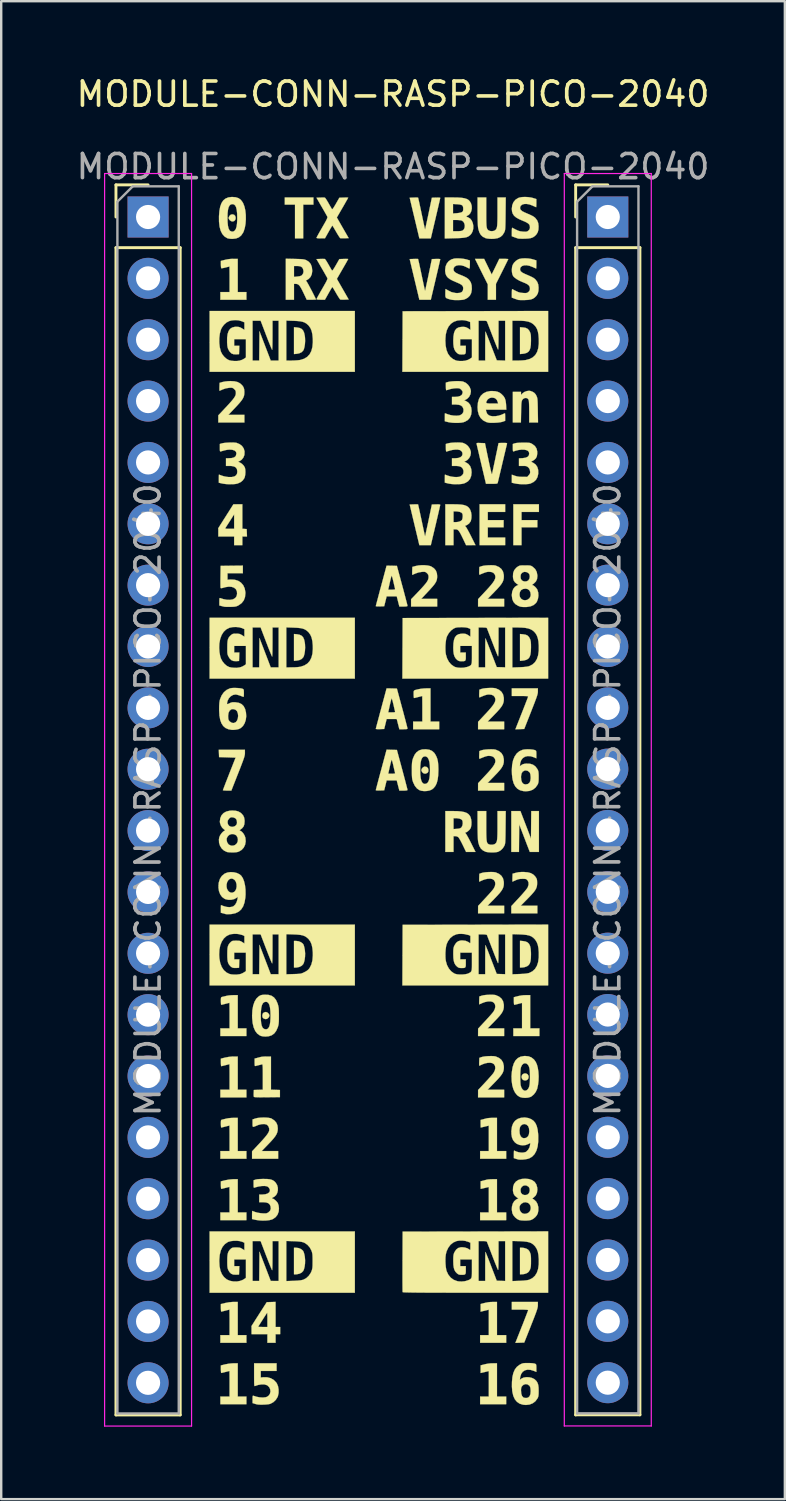
<source format=kicad_pcb>
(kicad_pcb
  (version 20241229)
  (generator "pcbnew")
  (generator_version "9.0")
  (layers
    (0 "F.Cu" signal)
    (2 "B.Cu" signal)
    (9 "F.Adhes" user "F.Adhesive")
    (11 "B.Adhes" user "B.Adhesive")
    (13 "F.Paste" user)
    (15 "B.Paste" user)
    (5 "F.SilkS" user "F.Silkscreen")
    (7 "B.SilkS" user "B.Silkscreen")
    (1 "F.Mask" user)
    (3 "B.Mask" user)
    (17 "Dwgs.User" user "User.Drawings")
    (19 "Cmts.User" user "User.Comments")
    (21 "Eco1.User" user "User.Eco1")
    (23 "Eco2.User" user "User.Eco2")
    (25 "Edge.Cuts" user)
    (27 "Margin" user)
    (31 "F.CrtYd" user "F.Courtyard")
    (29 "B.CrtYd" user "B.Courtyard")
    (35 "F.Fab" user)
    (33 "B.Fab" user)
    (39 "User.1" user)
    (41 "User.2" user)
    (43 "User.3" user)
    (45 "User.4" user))
  (footprint "MODULE-CONN-RASP-PICO-2040"
    (layer "F.Cu")
    (at 3.06 5.928)
    (property "Reference" "MODULE-CONN-RASP-PICO-2040" (at 10.16 -5.08 0) (unlocked yes) (layer "F.SilkS") (effects (font (size 1 1) (thickness 0.15))))
    (attr smd)
    (fp_line (start -1.31 -1.325) (end 0.02 -1.325) (stroke (width 0.12) (type solid)) (layer "F.SilkS"))
    (fp_line (start -1.31 0.005) (end -1.31 -1.325) (stroke (width 0.12) (type solid)) (layer "F.SilkS"))
    (fp_line (start -1.31 1.275) (end -1.31 49.595) (stroke (width 0.12) (type solid)) (layer "F.SilkS"))
    (fp_line (start -1.31 1.275) (end 1.35 1.275) (stroke (width 0.12) (type solid)) (layer "F.SilkS"))
    (fp_line (start -1.31 49.595) (end 1.35 49.595) (stroke (width 0.12) (type solid)) (layer "F.SilkS"))
    (fp_line (start 1.35 1.275) (end 1.35 49.595) (stroke (width 0.12) (type solid)) (layer "F.SilkS"))
    (fp_line (start 17.72 -1.325) (end 19.05 -1.325) (stroke (width 0.12) (type solid)) (layer "F.SilkS"))
    (fp_line (start 17.72 0.005) (end 17.72 -1.325) (stroke (width 0.12) (type solid)) (layer "F.SilkS"))
    (fp_line (start 17.72 1.275) (end 17.72 49.595) (stroke (width 0.12) (type solid)) (layer "F.SilkS"))
    (fp_line (start 17.72 1.275) (end 20.38 1.275) (stroke (width 0.12) (type solid)) (layer "F.SilkS"))
    (fp_line (start 17.72 49.59) (end 20.38 49.59) (stroke (width 0.12) (type solid)) (layer "F.SilkS"))
    (fp_line (start 20.38 1.27) (end 20.38 49.59) (stroke (width 0.12) (type solid)) (layer "F.SilkS"))
    (fp_poly (pts (xy 6.864 -0.507) (xy 6.441 -0.507) (xy 6.441 0.89) (xy 6.102 0.89) (xy 6.102 -0.507) (xy 5.679 -0.507) (xy 5.679 -0.803) (xy 6.864 -0.803) (xy 6.864 -0.507)) (stroke (width 0.01) (type solid)) (fill yes) (layer "F.SilkS"))
    (fp_poly (pts (xy 16.199 12.214) (xy 15.479 12.214) (xy 15.479 12.553) (xy 16.135 12.553) (xy 16.135 12.849) (xy 15.479 12.849) (xy 15.479 13.59) (xy 15.14 13.59) (xy 15.14 11.897) (xy 16.199 11.897) (xy 16.199 12.214)) (stroke (width 0.01) (type solid)) (fill yes) (layer "F.SilkS"))
    (fp_poly (pts (xy 14.802 12.214) (xy 14.082 12.214) (xy 14.082 12.553) (xy 14.738 12.553) (xy 14.738 12.849) (xy 14.082 12.849) (xy 14.082 13.272) (xy 14.802 13.272) (xy 14.802 13.59) (xy 13.743 13.59) (xy 13.743 11.897) (xy 14.802 11.897) (xy 14.802 12.214)) (stroke (width 0.01) (type solid)) (fill yes) (layer "F.SilkS"))
    (fp_poly (pts (xy 3.581 -0.088) (xy 3.628 -0.039) (xy 3.647 0.04) (xy 3.647 0.049) (xy 3.63 0.122) (xy 3.587 0.17) (xy 3.526 0.19) (xy 3.459 0.178) (xy 3.403 0.139) (xy 3.359 0.079) (xy 3.357 0.018) (xy 3.394 -0.049) (xy 3.394 -0.049) (xy 3.449 -0.094) (xy 3.508 -0.105) (xy 3.581 -0.088)) (stroke (width 0.01) (type solid)) (fill yes) (layer "F.SilkS"))
    (fp_poly (pts (xy 15.689 35.469) (xy 15.733 35.497) (xy 15.765 35.551) (xy 15.775 35.603) (xy 15.761 35.665) (xy 15.733 35.709) (xy 15.68 35.741) (xy 15.627 35.751) (xy 15.565 35.737) (xy 15.521 35.709) (xy 15.49 35.656) (xy 15.479 35.603) (xy 15.493 35.541) (xy 15.521 35.497) (xy 15.575 35.466) (xy 15.627 35.455) (xy 15.689 35.469)) (stroke (width 0.01) (type solid)) (fill yes) (layer "F.SilkS"))
    (fp_poly (pts (xy 6.186 4.578) (xy 6.295 4.599) (xy 6.379 4.64) (xy 6.44 4.706) (xy 6.482 4.803) (xy 6.509 4.933) (xy 6.517 5.013) (xy 6.521 5.139) (xy 6.513 5.268) (xy 6.494 5.387) (xy 6.467 5.484) (xy 6.447 5.527) (xy 6.379 5.6) (xy 6.278 5.648) (xy 6.176 5.668) (xy 6.06 5.679) (xy 6.06 4.567) (xy 6.186 4.578)) (stroke (width 0.01) (type solid)) (fill yes) (layer "F.SilkS"))
    (fp_poly (pts (xy 6.186 17.278) (xy 6.295 17.299) (xy 6.379 17.34) (xy 6.44 17.406) (xy 6.482 17.503) (xy 6.509 17.633) (xy 6.517 17.713) (xy 6.521 17.839) (xy 6.513 17.968) (xy 6.494 18.087) (xy 6.467 18.184) (xy 6.447 18.227) (xy 6.379 18.3) (xy 6.278 18.348) (xy 6.176 18.368) (xy 6.06 18.379) (xy 6.06 17.267) (xy 6.186 17.278)) (stroke (width 0.01) (type solid)) (fill yes) (layer "F.SilkS"))
    (fp_poly (pts (xy 4.955 32.933) (xy 5.006 32.978) (xy 5.039 33.034) (xy 5.044 33.063) (xy 5.031 33.105) (xy 5.001 33.154) (xy 5 33.156) (xy 4.941 33.201) (xy 4.869 33.209) (xy 4.795 33.179) (xy 4.795 33.178) (xy 4.76 33.139) (xy 4.748 33.078) (xy 4.748 33.063) (xy 4.764 32.985) (xy 4.813 32.935) (xy 4.889 32.915) (xy 4.899 32.915) (xy 4.955 32.933)) (stroke (width 0.01) (type solid)) (fill yes) (layer "F.SilkS"))
    (fp_poly (pts (xy 11.555 22.771) (xy 11.606 22.819) (xy 11.627 22.894) (xy 11.627 22.903) (xy 11.618 22.97) (xy 11.588 23.012) (xy 11.58 23.018) (xy 11.506 23.049) (xy 11.434 23.041) (xy 11.375 22.996) (xy 11.374 22.996) (xy 11.344 22.946) (xy 11.33 22.904) (xy 11.33 22.903) (xy 11.348 22.846) (xy 11.392 22.794) (xy 11.447 22.76) (xy 11.475 22.755) (xy 11.555 22.771)) (stroke (width 0.01) (type solid)) (fill yes) (layer "F.SilkS"))
    (fp_poly (pts (xy 15.54 4.577) (xy 15.652 4.595) (xy 15.733 4.635) (xy 15.794 4.703) (xy 15.825 4.76) (xy 15.845 4.809) (xy 15.858 4.859) (xy 15.866 4.922) (xy 15.869 5.007) (xy 15.87 5.123) (xy 15.865 5.289) (xy 15.847 5.418) (xy 15.814 5.515) (xy 15.763 5.584) (xy 15.692 5.63) (xy 15.597 5.658) (xy 15.53 5.668) (xy 15.416 5.679) (xy 15.416 4.568) (xy 15.54 4.577)) (stroke (width 0.01) (type solid)) (fill yes) (layer "F.SilkS"))
    (fp_poly (pts (xy 15.542 29.978) (xy 15.648 29.997) (xy 15.73 30.035) (xy 15.791 30.095) (xy 15.833 30.182) (xy 15.858 30.299) (xy 15.869 30.452) (xy 15.87 30.534) (xy 15.866 30.689) (xy 15.851 30.808) (xy 15.824 30.898) (xy 15.782 30.964) (xy 15.724 31.012) (xy 15.686 31.031) (xy 15.608 31.058) (xy 15.526 31.072) (xy 15.506 31.073) (xy 15.416 31.074) (xy 15.416 29.967) (xy 15.542 29.978)) (stroke (width 0.01) (type solid)) (fill yes) (layer "F.SilkS"))
    (fp_poly (pts (xy 15.543 17.279) (xy 15.652 17.297) (xy 15.731 17.333) (xy 15.789 17.394) (xy 15.825 17.46) (xy 15.845 17.509) (xy 15.858 17.56) (xy 15.866 17.623) (xy 15.87 17.709) (xy 15.871 17.823) (xy 15.865 17.989) (xy 15.848 18.118) (xy 15.815 18.215) (xy 15.763 18.285) (xy 15.691 18.331) (xy 15.595 18.359) (xy 15.53 18.368) (xy 15.416 18.379) (xy 15.416 17.267) (xy 15.543 17.279)) (stroke (width 0.01) (type solid)) (fill yes) (layer "F.SilkS"))
    (fp_poly (pts (xy 6.15 29.973) (xy 6.253 29.987) (xy 6.347 30.025) (xy 6.42 30.079) (xy 6.451 30.12) (xy 6.471 30.173) (xy 6.491 30.252) (xy 6.508 30.342) (xy 6.51 30.355) (xy 6.521 30.488) (xy 6.517 30.626) (xy 6.5 30.757) (xy 6.472 30.868) (xy 6.441 30.936) (xy 6.377 31.002) (xy 6.285 31.049) (xy 6.176 31.072) (xy 6.144 31.074) (xy 6.06 31.074) (xy 6.06 29.973) (xy 6.15 29.973)) (stroke (width 0.01) (type solid)) (fill yes) (layer "F.SilkS"))
    (fp_poly (pts (xy 6.255 42.688) (xy 6.353 42.729) (xy 6.426 42.79) (xy 6.441 42.811) (xy 6.466 42.867) (xy 6.49 42.951) (xy 6.508 43.045) (xy 6.509 43.052) (xy 6.52 43.187) (xy 6.517 43.327) (xy 6.5 43.458) (xy 6.472 43.569) (xy 6.441 43.636) (xy 6.377 43.702) (xy 6.285 43.749) (xy 6.176 43.772) (xy 6.144 43.774) (xy 6.06 43.774) (xy 6.06 42.673) (xy 6.144 42.673) (xy 6.255 42.688)) (stroke (width 0.01) (type solid)) (fill yes) (layer "F.SilkS"))
    (fp_poly (pts (xy 14.463 46.292) (xy 14.844 46.292) (xy 14.844 46.61) (xy 13.765 46.61) (xy 13.765 46.292) (xy 14.124 46.292) (xy 14.124 45.238) (xy 14.013 45.266) (xy 13.938 45.284) (xy 13.87 45.3) (xy 13.844 45.306) (xy 13.786 45.32) (xy 13.786 45.003) (xy 13.865 44.982) (xy 13.992 44.95) (xy 14.096 44.931) (xy 14.192 44.92) (xy 14.296 44.917) (xy 14.299 44.917) (xy 14.463 44.917) (xy 14.463 46.292)) (stroke (width 0.01) (type solid)) (fill yes) (layer "F.SilkS"))
    (fp_poly (pts (xy 14.463 48.832) (xy 14.844 48.832) (xy 14.844 49.15) (xy 13.765 49.15) (xy 13.765 48.832) (xy 14.124 48.832) (xy 14.124 47.778) (xy 14.013 47.806) (xy 13.938 47.824) (xy 13.87 47.84) (xy 13.844 47.846) (xy 13.786 47.86) (xy 13.786 47.543) (xy 13.865 47.522) (xy 13.992 47.49) (xy 14.096 47.471) (xy 14.192 47.46) (xy 14.296 47.457) (xy 14.299 47.457) (xy 14.463 47.457) (xy 14.463 48.832)) (stroke (width 0.01) (type solid)) (fill yes) (layer "F.SilkS"))
    (fp_poly (pts (xy 14.088 2.059) (xy 14.245 2.382) (xy 14.402 2.061) (xy 14.558 1.739) (xy 14.744 1.738) (xy 14.826 1.739) (xy 14.89 1.742) (xy 14.925 1.746) (xy 14.929 1.749) (xy 14.92 1.77) (xy 14.894 1.825) (xy 14.854 1.906) (xy 14.802 2.011) (xy 14.742 2.133) (xy 14.675 2.267) (xy 14.421 2.772) (xy 14.421 3.43) (xy 14.082 3.43) (xy 14.082 2.795) (xy 13.817 2.266) (xy 13.553 1.737) (xy 13.931 1.737) (xy 14.088 2.059)) (stroke (width 0.01) (type solid)) (fill yes) (layer "F.SilkS"))
    (fp_poly (pts (xy 15.517 24.814) (xy 15.554 24.91) (xy 15.601 25.033) (xy 15.654 25.17) (xy 15.707 25.309) (xy 15.736 25.384) (xy 15.871 25.738) (xy 15.876 25.167) (xy 15.882 24.597) (xy 16.199 24.597) (xy 16.199 26.29) (xy 15.822 26.29) (xy 15.738 26.073) (xy 15.701 25.977) (xy 15.654 25.854) (xy 15.601 25.716) (xy 15.548 25.577) (xy 15.519 25.502) (xy 15.384 25.149) (xy 15.378 25.719) (xy 15.373 26.29) (xy 15.056 26.29) (xy 15.056 24.597) (xy 15.434 24.597) (xy 15.517 24.814)) (stroke (width 0.01) (type solid)) (fill yes) (layer "F.SilkS"))
    (fp_poly (pts (xy 15.839 33.592) (xy 16.22 33.592) (xy 16.22 33.91) (xy 15.14 33.91) (xy 15.14 33.592) (xy 15.5 33.592) (xy 15.5 32.538) (xy 15.347 32.578) (xy 15.271 32.597) (xy 15.211 32.612) (xy 15.179 32.618) (xy 15.177 32.618) (xy 15.17 32.599) (xy 15.164 32.548) (xy 15.162 32.475) (xy 15.162 32.461) (xy 15.162 32.303) (xy 15.241 32.282) (xy 15.368 32.25) (xy 15.472 32.231) (xy 15.568 32.22) (xy 15.672 32.217) (xy 15.675 32.217) (xy 15.839 32.217) (xy 15.839 33.592)) (stroke (width 0.01) (type solid)) (fill yes) (layer "F.SilkS"))
    (fp_poly (pts (xy 14.463 38.672) (xy 14.844 38.672) (xy 14.844 38.99) (xy 13.765 38.99) (xy 13.765 38.672) (xy 14.124 38.672) (xy 14.124 37.619) (xy 13.96 37.658) (xy 13.883 37.677) (xy 13.824 37.69) (xy 13.793 37.698) (xy 13.791 37.698) (xy 13.789 37.679) (xy 13.787 37.628) (xy 13.786 37.555) (xy 13.786 37.541) (xy 13.786 37.383) (xy 13.876 37.36) (xy 13.953 37.339) (xy 14.028 37.32) (xy 14.04 37.316) (xy 14.097 37.307) (xy 14.18 37.3) (xy 14.272 37.297) (xy 14.288 37.297) (xy 14.463 37.297) (xy 14.463 38.672)) (stroke (width 0.01) (type solid)) (fill yes) (layer "F.SilkS"))
    (fp_poly (pts (xy 14.463 41.212) (xy 14.844 41.212) (xy 14.844 41.53) (xy 13.765 41.53) (xy 13.765 41.212) (xy 14.124 41.212) (xy 14.124 40.159) (xy 13.96 40.198) (xy 13.883 40.217) (xy 13.824 40.23) (xy 13.793 40.238) (xy 13.791 40.238) (xy 13.789 40.219) (xy 13.787 40.168) (xy 13.786 40.095) (xy 13.786 40.081) (xy 13.786 39.923) (xy 13.876 39.9) (xy 13.953 39.879) (xy 14.028 39.86) (xy 14.04 39.856) (xy 14.097 39.847) (xy 14.18 39.84) (xy 14.272 39.837) (xy 14.288 39.837) (xy 14.463 39.837) (xy 14.463 41.212)) (stroke (width 0.01) (type solid)) (fill yes) (layer "F.SilkS"))
    (fp_poly (pts (xy 15.506 42.673) (xy 15.584 42.683) (xy 15.666 42.707) (xy 15.686 42.715) (xy 15.752 42.753) (xy 15.797 42.806) (xy 15.824 42.857) (xy 15.844 42.907) (xy 15.858 42.958) (xy 15.866 43.02) (xy 15.87 43.104) (xy 15.871 43.22) (xy 15.871 43.223) (xy 15.87 43.34) (xy 15.866 43.425) (xy 15.858 43.488) (xy 15.845 43.538) (xy 15.825 43.588) (xy 15.824 43.589) (xy 15.783 43.66) (xy 15.733 43.706) (xy 15.686 43.731) (xy 15.608 43.758) (xy 15.526 43.772) (xy 15.506 43.773) (xy 15.416 43.774) (xy 15.416 42.673) (xy 15.506 42.673)) (stroke (width 0.01) (type solid)) (fill yes) (layer "F.SilkS"))
    (fp_poly (pts (xy 3.922 12.91) (xy 4.012 12.917) (xy 4.102 12.923) (xy 4.108 13.077) (xy 4.114 13.23) (xy 3.922 13.23) (xy 3.922 13.59) (xy 3.583 13.59) (xy 3.583 13.23) (xy 2.927 13.23) (xy 2.927 12.887) (xy 3.216 12.887) (xy 3.218 12.899) (xy 3.248 12.908) (xy 3.311 12.912) (xy 3.392 12.913) (xy 3.583 12.913) (xy 3.583 12.314) (xy 3.408 12.587) (xy 3.346 12.684) (xy 3.291 12.769) (xy 3.248 12.836) (xy 3.222 12.878) (xy 3.216 12.887) (xy 2.927 12.887) (xy 2.927 12.884) (xy 3.239 12.391) (xy 3.552 11.898) (xy 3.922 11.897) (xy 3.922 12.91)) (stroke (width 0.01) (type solid)) (fill yes) (layer "F.SilkS"))
    (fp_poly (pts (xy 4.029 22.189) (xy 4.028 22.227) (xy 4.023 22.266) (xy 4.014 22.311) (xy 3.999 22.367) (xy 3.976 22.438) (xy 3.944 22.528) (xy 3.901 22.643) (xy 3.846 22.786) (xy 3.777 22.962) (xy 3.748 23.035) (xy 3.467 23.75) (xy 3.292 23.75) (xy 3.212 23.748) (xy 3.152 23.743) (xy 3.12 23.737) (xy 3.118 23.734) (xy 3.125 23.711) (xy 3.147 23.654) (xy 3.18 23.566) (xy 3.223 23.453) (xy 3.275 23.32) (xy 3.334 23.17) (xy 3.38 23.051) (xy 3.643 22.385) (xy 2.959 22.363) (xy 2.953 22.21) (xy 2.947 22.057) (xy 4.028 22.057) (xy 4.029 22.189)) (stroke (width 0.01) (type solid)) (fill yes) (layer "F.SilkS"))
    (fp_poly (pts (xy 3.732 36.132) (xy 4.091 36.132) (xy 4.091 36.45) (xy 3.012 36.45) (xy 3.012 36.132) (xy 3.393 36.132) (xy 3.393 35.603) (xy 3.393 35.459) (xy 3.392 35.329) (xy 3.391 35.22) (xy 3.39 35.138) (xy 3.389 35.088) (xy 3.388 35.074) (xy 3.366 35.08) (xy 3.314 35.093) (xy 3.242 35.112) (xy 3.224 35.116) (xy 3.146 35.136) (xy 3.085 35.151) (xy 3.051 35.158) (xy 3.049 35.158) (xy 3.041 35.139) (xy 3.036 35.088) (xy 3.033 35.015) (xy 3.033 35.003) (xy 3.033 34.846) (xy 3.212 34.801) (xy 3.362 34.773) (xy 3.513 34.758) (xy 3.562 34.757) (xy 3.732 34.757) (xy 3.732 36.132)) (stroke (width 0.01) (type solid)) (fill yes) (layer "F.SilkS"))
    (fp_poly (pts (xy 3.732 41.212) (xy 4.091 41.212) (xy 4.091 41.53) (xy 3.012 41.53) (xy 3.012 41.212) (xy 3.393 41.212) (xy 3.393 40.683) (xy 3.393 40.539) (xy 3.392 40.409) (xy 3.391 40.3) (xy 3.39 40.218) (xy 3.389 40.168) (xy 3.388 40.154) (xy 3.366 40.16) (xy 3.314 40.173) (xy 3.242 40.192) (xy 3.224 40.196) (xy 3.146 40.216) (xy 3.085 40.231) (xy 3.051 40.238) (xy 3.049 40.238) (xy 3.041 40.219) (xy 3.036 40.168) (xy 3.033 40.095) (xy 3.033 40.083) (xy 3.033 39.926) (xy 3.212 39.881) (xy 3.362 39.853) (xy 3.513 39.838) (xy 3.562 39.837) (xy 3.732 39.837) (xy 3.732 41.212)) (stroke (width 0.01) (type solid)) (fill yes) (layer "F.SilkS"))
    (fp_poly (pts (xy 3.732 46.292) (xy 4.091 46.292) (xy 4.091 46.61) (xy 3.012 46.61) (xy 3.012 46.292) (xy 3.393 46.292) (xy 3.393 45.763) (xy 3.393 45.619) (xy 3.392 45.489) (xy 3.391 45.38) (xy 3.39 45.298) (xy 3.389 45.248) (xy 3.388 45.234) (xy 3.366 45.24) (xy 3.314 45.253) (xy 3.242 45.272) (xy 3.224 45.276) (xy 3.146 45.296) (xy 3.085 45.311) (xy 3.051 45.318) (xy 3.049 45.318) (xy 3.041 45.299) (xy 3.036 45.248) (xy 3.033 45.175) (xy 3.033 45.163) (xy 3.033 45.006) (xy 3.212 44.961) (xy 3.362 44.933) (xy 3.513 44.918) (xy 3.562 44.917) (xy 3.732 44.917) (xy 3.732 46.292)) (stroke (width 0.01) (type solid)) (fill yes) (layer "F.SilkS"))
    (fp_poly (pts (xy 3.732 48.832) (xy 4.091 48.832) (xy 4.091 49.15) (xy 3.012 49.15) (xy 3.012 48.832) (xy 3.393 48.832) (xy 3.393 48.303) (xy 3.393 48.159) (xy 3.392 48.029) (xy 3.391 47.92) (xy 3.39 47.838) (xy 3.389 47.788) (xy 3.388 47.774) (xy 3.366 47.78) (xy 3.314 47.793) (xy 3.242 47.812) (xy 3.224 47.816) (xy 3.146 47.836) (xy 3.085 47.851) (xy 3.051 47.858) (xy 3.049 47.858) (xy 3.041 47.839) (xy 3.036 47.788) (xy 3.033 47.715) (xy 3.033 47.703) (xy 3.033 47.546) (xy 3.212 47.501) (xy 3.362 47.473) (xy 3.513 47.458) (xy 3.562 47.457) (xy 3.732 47.457) (xy 3.732 48.832)) (stroke (width 0.01) (type solid)) (fill yes) (layer "F.SilkS"))
    (fp_poly (pts (xy 3.732 3.112) (xy 4.091 3.112) (xy 4.091 3.43) (xy 3.012 3.43) (xy 3.012 3.112) (xy 3.393 3.112) (xy 3.393 2.583) (xy 3.393 2.439) (xy 3.392 2.309) (xy 3.391 2.2) (xy 3.39 2.118) (xy 3.389 2.068) (xy 3.388 2.054) (xy 3.366 2.06) (xy 3.314 2.073) (xy 3.242 2.091) (xy 3.225 2.096) (xy 3.148 2.114) (xy 3.087 2.125) (xy 3.053 2.127) (xy 3.05 2.126) (xy 3.042 2.101) (xy 3.036 2.045) (xy 3.033 1.971) (xy 3.033 1.969) (xy 3.033 1.823) (xy 3.112 1.802) (xy 3.24 1.77) (xy 3.343 1.751) (xy 3.441 1.74) (xy 3.549 1.737) (xy 3.557 1.737) (xy 3.732 1.737) (xy 3.732 3.112)) (stroke (width 0.01) (type solid)) (fill yes) (layer "F.SilkS"))
    (fp_poly (pts (xy 16.156 19.641) (xy 16.155 19.677) (xy 16.15 19.718) (xy 16.139 19.767) (xy 16.121 19.828) (xy 16.095 19.906) (xy 16.058 20.006) (xy 16.011 20.131) (xy 15.95 20.287) (xy 15.875 20.478) (xy 15.874 20.482) (xy 15.591 21.199) (xy 15.225 21.212) (xy 15.269 21.1) (xy 15.378 20.824) (xy 15.472 20.586) (xy 15.551 20.385) (xy 15.616 20.219) (xy 15.667 20.087) (xy 15.706 19.987) (xy 15.732 19.918) (xy 15.746 19.88) (xy 15.749 19.871) (xy 15.75 19.857) (xy 15.74 19.847) (xy 15.713 19.841) (xy 15.664 19.837) (xy 15.586 19.835) (xy 15.474 19.834) (xy 15.418 19.834) (xy 15.077 19.834) (xy 15.077 19.517) (xy 16.156 19.517) (xy 16.156 19.641)) (stroke (width 0.01) (type solid)) (fill yes) (layer "F.SilkS"))
    (fp_poly (pts (xy 11.711 20.892) (xy 12.071 20.892) (xy 12.071 21.21) (xy 10.992 21.21) (xy 10.992 20.892) (xy 11.373 20.892) (xy 11.373 20.363) (xy 11.373 20.219) (xy 11.372 20.089) (xy 11.371 19.98) (xy 11.37 19.898) (xy 11.369 19.848) (xy 11.367 19.834) (xy 11.346 19.84) (xy 11.294 19.853) (xy 11.221 19.872) (xy 11.203 19.876) (xy 11.126 19.896) (xy 11.065 19.911) (xy 11.031 19.918) (xy 11.029 19.918) (xy 11.021 19.899) (xy 11.016 19.848) (xy 11.013 19.775) (xy 11.013 19.761) (xy 11.013 19.689) (xy 11.016 19.642) (xy 11.031 19.611) (xy 11.064 19.591) (xy 11.123 19.574) (xy 11.214 19.553) (xy 11.231 19.549) (xy 11.329 19.533) (xy 11.443 19.521) (xy 11.543 19.517) (xy 11.711 19.517) (xy 11.711 20.892)) (stroke (width 0.01) (type solid)) (fill yes) (layer "F.SilkS"))
    (fp_poly (pts (xy 5.298 45.954) (xy 5.488 45.954) (xy 5.488 46.25) (xy 5.298 46.25) (xy 5.298 46.61) (xy 4.959 46.61) (xy 4.959 46.25) (xy 4.303 46.25) (xy 4.303 45.945) (xy 4.578 45.945) (xy 4.598 45.949) (xy 4.65 45.952) (xy 4.726 45.953) (xy 4.769 45.954) (xy 4.959 45.954) (xy 4.959 45.654) (xy 4.959 45.548) (xy 4.957 45.459) (xy 4.954 45.396) (xy 4.951 45.365) (xy 4.95 45.364) (xy 4.934 45.385) (xy 4.902 45.434) (xy 4.856 45.504) (xy 4.803 45.586) (xy 4.747 45.674) (xy 4.692 45.761) (xy 4.643 45.838) (xy 4.605 45.899) (xy 4.582 45.937) (xy 4.578 45.945) (xy 4.303 45.945) (xy 4.303 45.912) (xy 4.617 45.419) (xy 4.932 44.927) (xy 5.115 44.921) (xy 5.298 44.915) (xy 5.298 45.954)) (stroke (width 0.01) (type solid)) (fill yes) (layer "F.SilkS"))
    (fp_poly (pts (xy 16.155 45.049) (xy 16.154 45.087) (xy 16.148 45.128) (xy 16.138 45.176) (xy 16.121 45.235) (xy 16.096 45.31) (xy 16.062 45.405) (xy 16.016 45.525) (xy 15.958 45.675) (xy 15.885 45.858) (xy 15.873 45.89) (xy 15.592 46.599) (xy 15.409 46.605) (xy 15.226 46.612) (xy 15.244 46.563) (xy 15.256 46.532) (xy 15.282 46.467) (xy 15.319 46.372) (xy 15.366 46.254) (xy 15.42 46.117) (xy 15.479 45.967) (xy 15.509 45.894) (xy 15.569 45.741) (xy 15.624 45.6) (xy 15.671 45.477) (xy 15.71 45.376) (xy 15.738 45.303) (xy 15.752 45.261) (xy 15.754 45.253) (xy 15.734 45.247) (xy 15.679 45.241) (xy 15.594 45.237) (xy 15.488 45.234) (xy 15.416 45.234) (xy 15.077 45.234) (xy 15.077 44.917) (xy 16.156 44.917) (xy 16.155 45.049)) (stroke (width 0.01) (type solid)) (fill yes) (layer "F.SilkS"))
    (fp_poly (pts (xy 3.732 33.592) (xy 4.091 33.592) (xy 4.091 33.91) (xy 3.012 33.91) (xy 3.012 33.592) (xy 3.393 33.592) (xy 3.393 33.063) (xy 3.393 32.919) (xy 3.392 32.789) (xy 3.391 32.68) (xy 3.39 32.598) (xy 3.389 32.548) (xy 3.388 32.534) (xy 3.366 32.54) (xy 3.314 32.553) (xy 3.242 32.572) (xy 3.224 32.576) (xy 3.146 32.596) (xy 3.085 32.611) (xy 3.051 32.618) (xy 3.049 32.618) (xy 3.041 32.599) (xy 3.036 32.548) (xy 3.033 32.475) (xy 3.033 32.46) (xy 3.034 32.38) (xy 3.038 32.331) (xy 3.049 32.306) (xy 3.071 32.294) (xy 3.091 32.289) (xy 3.145 32.276) (xy 3.219 32.258) (xy 3.269 32.246) (xy 3.351 32.231) (xy 3.454 32.221) (xy 3.556 32.217) (xy 3.56 32.217) (xy 3.732 32.217) (xy 3.732 33.592)) (stroke (width 0.01) (type solid)) (fill yes) (layer "F.SilkS"))
    (fp_poly (pts (xy 3.732 38.672) (xy 4.091 38.672) (xy 4.091 38.99) (xy 3.012 38.99) (xy 3.012 38.672) (xy 3.393 38.672) (xy 3.393 38.143) (xy 3.393 37.999) (xy 3.392 37.869) (xy 3.391 37.76) (xy 3.39 37.678) (xy 3.389 37.628) (xy 3.388 37.614) (xy 3.366 37.62) (xy 3.314 37.633) (xy 3.242 37.652) (xy 3.224 37.656) (xy 3.146 37.676) (xy 3.085 37.691) (xy 3.051 37.698) (xy 3.049 37.698) (xy 3.041 37.679) (xy 3.036 37.628) (xy 3.033 37.555) (xy 3.033 37.54) (xy 3.034 37.46) (xy 3.038 37.411) (xy 3.049 37.386) (xy 3.071 37.374) (xy 3.091 37.369) (xy 3.145 37.356) (xy 3.219 37.338) (xy 3.269 37.326) (xy 3.351 37.311) (xy 3.454 37.301) (xy 3.556 37.297) (xy 3.56 37.297) (xy 3.732 37.297) (xy 3.732 38.672)) (stroke (width 0.01) (type solid)) (fill yes) (layer "F.SilkS"))
    (fp_poly (pts (xy 15.848 7.207) (xy 15.915 7.231) (xy 15.946 7.245) (xy 16.016 7.291) (xy 16.068 7.353) (xy 16.092 7.398) (xy 16.108 7.433) (xy 16.121 7.467) (xy 16.131 7.506) (xy 16.138 7.557) (xy 16.143 7.625) (xy 16.147 7.717) (xy 16.15 7.838) (xy 16.153 7.996) (xy 16.153 8.006) (xy 16.162 8.51) (xy 15.797 8.51) (xy 15.797 8.066) (xy 15.795 7.883) (xy 15.791 7.74) (xy 15.785 7.639) (xy 15.775 7.579) (xy 15.772 7.568) (xy 15.729 7.517) (xy 15.668 7.495) (xy 15.602 7.503) (xy 15.541 7.54) (xy 15.506 7.584) (xy 15.493 7.614) (xy 15.483 7.654) (xy 15.475 7.71) (xy 15.47 7.788) (xy 15.466 7.894) (xy 15.462 8.035) (xy 15.462 8.081) (xy 15.454 8.51) (xy 15.119 8.51) (xy 15.119 7.24) (xy 15.458 7.24) (xy 15.458 7.371) (xy 15.517 7.308) (xy 15.595 7.25) (xy 15.696 7.211) (xy 15.797 7.198) (xy 15.848 7.207)) (stroke (width 0.01) (type solid)) (fill yes) (layer "F.SilkS"))
    (fp_poly (pts (xy 4.897 37.285) (xy 5.007 37.295) (xy 5.093 37.312) (xy 5.129 37.325) (xy 5.248 37.405) (xy 5.33 37.499) (xy 5.376 37.611) (xy 5.389 37.732) (xy 5.385 37.816) (xy 5.368 37.895) (xy 5.336 37.974) (xy 5.285 38.059) (xy 5.211 38.155) (xy 5.112 38.267) (xy 4.996 38.389) (xy 4.721 38.672) (xy 5.404 38.672) (xy 5.404 38.99) (xy 4.324 38.99) (xy 4.324 38.836) (xy 4.324 38.683) (xy 4.611 38.376) (xy 4.738 38.238) (xy 4.838 38.125) (xy 4.914 38.033) (xy 4.969 37.958) (xy 5.006 37.896) (xy 5.028 37.843) (xy 5.035 37.814) (xy 5.033 37.735) (xy 5.005 37.656) (xy 4.957 37.595) (xy 4.926 37.575) (xy 4.835 37.553) (xy 4.724 37.557) (xy 4.603 37.584) (xy 4.547 37.606) (xy 4.455 37.644) (xy 4.397 37.666) (xy 4.364 37.666) (xy 4.349 37.644) (xy 4.345 37.594) (xy 4.345 37.523) (xy 4.345 37.363) (xy 4.457 37.325) (xy 4.544 37.303) (xy 4.655 37.29) (xy 4.776 37.284) (xy 4.897 37.285)) (stroke (width 0.01) (type solid)) (fill yes) (layer "F.SilkS"))
    (fp_poly (pts (xy 5.107 36.131) (xy 5.478 36.143) (xy 5.478 36.439) (xy 4.943 36.445) (xy 4.774 36.446) (xy 4.643 36.447) (xy 4.545 36.445) (xy 4.476 36.442) (xy 4.431 36.437) (xy 4.406 36.43) (xy 4.397 36.421) (xy 4.392 36.385) (xy 4.39 36.323) (xy 4.392 36.268) (xy 4.398 36.143) (xy 4.584 36.137) (xy 4.769 36.131) (xy 4.769 35.601) (xy 4.769 35.438) (xy 4.768 35.312) (xy 4.766 35.219) (xy 4.763 35.154) (xy 4.759 35.113) (xy 4.753 35.09) (xy 4.744 35.081) (xy 4.733 35.082) (xy 4.732 35.082) (xy 4.689 35.094) (xy 4.625 35.11) (xy 4.599 35.116) (xy 4.533 35.133) (xy 4.48 35.147) (xy 4.467 35.151) (xy 4.448 35.152) (xy 4.437 35.136) (xy 4.432 35.096) (xy 4.43 35.023) (xy 4.43 35.002) (xy 4.43 34.843) (xy 4.52 34.82) (xy 4.597 34.799) (xy 4.672 34.78) (xy 4.684 34.776) (xy 4.741 34.767) (xy 4.824 34.76) (xy 4.917 34.757) (xy 4.933 34.757) (xy 5.107 34.757) (xy 5.107 36.131)) (stroke (width 0.01) (type solid)) (fill yes) (layer "F.SilkS"))
    (fp_poly (pts (xy 14.324 14.422) (xy 14.4 14.433) (xy 14.412 14.436) (xy 14.548 14.496) (xy 14.648 14.578) (xy 14.713 14.684) (xy 14.744 14.815) (xy 14.747 14.881) (xy 14.743 14.963) (xy 14.727 15.038) (xy 14.697 15.113) (xy 14.649 15.193) (xy 14.58 15.283) (xy 14.486 15.39) (xy 14.363 15.518) (xy 14.353 15.529) (xy 14.076 15.812) (xy 14.759 15.812) (xy 14.759 16.13) (xy 13.68 16.13) (xy 13.681 15.823) (xy 13.978 15.505) (xy 14.114 15.358) (xy 14.22 15.235) (xy 14.3 15.133) (xy 14.354 15.048) (xy 14.386 14.976) (xy 14.398 14.912) (xy 14.391 14.854) (xy 14.369 14.799) (xy 14.316 14.737) (xy 14.233 14.701) (xy 14.129 14.691) (xy 14.073 14.695) (xy 14.012 14.708) (xy 13.935 14.734) (xy 13.834 14.774) (xy 13.748 14.811) (xy 13.734 14.808) (xy 13.727 14.78) (xy 13.725 14.72) (xy 13.727 14.658) (xy 13.733 14.494) (xy 13.818 14.463) (xy 13.892 14.444) (xy 13.993 14.43) (xy 14.107 14.422) (xy 14.222 14.419) (xy 14.324 14.422)) (stroke (width 0.01) (type solid)) (fill yes) (layer "F.SilkS"))
    (fp_poly (pts (xy 14.324 19.502) (xy 14.4 19.513) (xy 14.412 19.516) (xy 14.548 19.576) (xy 14.648 19.658) (xy 14.713 19.764) (xy 14.744 19.895) (xy 14.747 19.961) (xy 14.743 20.043) (xy 14.727 20.118) (xy 14.697 20.193) (xy 14.649 20.273) (xy 14.58 20.363) (xy 14.486 20.47) (xy 14.363 20.598) (xy 14.353 20.609) (xy 14.076 20.892) (xy 14.759 20.892) (xy 14.759 21.21) (xy 13.68 21.21) (xy 13.681 20.903) (xy 13.978 20.585) (xy 14.114 20.438) (xy 14.22 20.315) (xy 14.3 20.213) (xy 14.354 20.128) (xy 14.386 20.056) (xy 14.398 19.992) (xy 14.391 19.934) (xy 14.369 19.879) (xy 14.316 19.817) (xy 14.233 19.781) (xy 14.129 19.771) (xy 14.073 19.775) (xy 14.012 19.788) (xy 13.935 19.814) (xy 13.834 19.854) (xy 13.748 19.891) (xy 13.734 19.888) (xy 13.727 19.86) (xy 13.725 19.8) (xy 13.727 19.738) (xy 13.733 19.574) (xy 13.818 19.543) (xy 13.892 19.524) (xy 13.993 19.51) (xy 14.107 19.502) (xy 14.222 19.499) (xy 14.324 19.502)) (stroke (width 0.01) (type solid)) (fill yes) (layer "F.SilkS"))
    (fp_poly (pts (xy 14.324 22.042) (xy 14.4 22.053) (xy 14.412 22.056) (xy 14.548 22.116) (xy 14.648 22.198) (xy 14.713 22.304) (xy 14.744 22.435) (xy 14.747 22.501) (xy 14.743 22.583) (xy 14.727 22.658) (xy 14.697 22.733) (xy 14.649 22.813) (xy 14.58 22.903) (xy 14.486 23.01) (xy 14.363 23.138) (xy 14.353 23.149) (xy 14.076 23.432) (xy 14.759 23.432) (xy 14.759 23.75) (xy 13.68 23.75) (xy 13.681 23.443) (xy 13.978 23.125) (xy 14.114 22.978) (xy 14.22 22.855) (xy 14.3 22.753) (xy 14.354 22.668) (xy 14.386 22.596) (xy 14.398 22.532) (xy 14.391 22.474) (xy 14.369 22.419) (xy 14.316 22.357) (xy 14.233 22.321) (xy 14.129 22.311) (xy 14.073 22.315) (xy 14.012 22.328) (xy 13.935 22.354) (xy 13.834 22.394) (xy 13.748 22.431) (xy 13.734 22.428) (xy 13.727 22.4) (xy 13.725 22.34) (xy 13.727 22.278) (xy 13.733 22.114) (xy 13.818 22.083) (xy 13.892 22.064) (xy 13.993 22.05) (xy 14.107 22.042) (xy 14.222 22.039) (xy 14.324 22.042)) (stroke (width 0.01) (type solid)) (fill yes) (layer "F.SilkS"))
    (fp_poly (pts (xy 11.16 11.899) (xy 11.193 11.902) (xy 11.196 11.903) (xy 11.202 11.925) (xy 11.215 11.983) (xy 11.236 12.073) (xy 11.261 12.189) (xy 11.291 12.326) (xy 11.324 12.48) (xy 11.342 12.564) (xy 11.376 12.724) (xy 11.407 12.87) (xy 11.434 12.998) (xy 11.457 13.101) (xy 11.474 13.176) (xy 11.483 13.216) (xy 11.485 13.223) (xy 11.491 13.204) (xy 11.504 13.149) (xy 11.523 13.062) (xy 11.548 12.948) (xy 11.577 12.813) (xy 11.61 12.66) (xy 11.629 12.568) (xy 11.767 11.907) (xy 11.941 11.901) (xy 12.034 11.9) (xy 12.089 11.905) (xy 12.112 11.916) (xy 12.114 11.92) (xy 12.109 11.946) (xy 12.095 12.008) (xy 12.074 12.103) (xy 12.046 12.224) (xy 12.013 12.369) (xy 11.974 12.533) (xy 11.933 12.71) (xy 11.919 12.768) (xy 11.724 13.59) (xy 11.25 13.59) (xy 11.153 13.182) (xy 11.115 13.023) (xy 11.071 12.839) (xy 11.025 12.646) (xy 10.981 12.463) (xy 10.952 12.341) (xy 10.849 11.907) (xy 11.018 11.901) (xy 11.098 11.899) (xy 11.16 11.899)) (stroke (width 0.01) (type solid)) (fill yes) (layer "F.SilkS"))
    (fp_poly (pts (xy 11.16 -0.8) (xy 11.194 -0.798) (xy 11.196 -0.797) (xy 11.203 -0.774) (xy 11.216 -0.716) (xy 11.237 -0.626) (xy 11.262 -0.51) (xy 11.292 -0.372) (xy 11.325 -0.218) (xy 11.342 -0.136) (xy 11.376 0.024) (xy 11.407 0.17) (xy 11.434 0.298) (xy 11.457 0.401) (xy 11.474 0.476) (xy 11.483 0.516) (xy 11.485 0.522) (xy 11.491 0.504) (xy 11.504 0.449) (xy 11.523 0.362) (xy 11.548 0.248) (xy 11.577 0.113) (xy 11.61 -0.04) (xy 11.629 -0.132) (xy 11.767 -0.793) (xy 11.941 -0.799) (xy 12.02 -0.8) (xy 12.081 -0.797) (xy 12.112 -0.791) (xy 12.114 -0.788) (xy 12.11 -0.765) (xy 12.097 -0.704) (xy 12.076 -0.612) (xy 12.048 -0.491) (xy 12.015 -0.348) (xy 11.977 -0.185) (xy 11.935 -0.008) (xy 11.92 0.059) (xy 11.724 0.89) (xy 11.25 0.89) (xy 11.153 0.482) (xy 11.115 0.323) (xy 11.071 0.139) (xy 11.025 -0.054) (xy 10.981 -0.237) (xy 10.952 -0.359) (xy 10.849 -0.793) (xy 11.018 -0.799) (xy 11.098 -0.801) (xy 11.16 -0.8)) (stroke (width 0.01) (type solid)) (fill yes) (layer "F.SilkS"))
    (fp_poly (pts (xy 11.16 1.74) (xy 11.194 1.742) (xy 11.196 1.743) (xy 11.203 1.766) (xy 11.216 1.824) (xy 11.237 1.914) (xy 11.262 2.03) (xy 11.292 2.168) (xy 11.325 2.322) (xy 11.342 2.404) (xy 11.376 2.564) (xy 11.407 2.71) (xy 11.434 2.838) (xy 11.457 2.941) (xy 11.474 3.016) (xy 11.483 3.056) (xy 11.485 3.062) (xy 11.491 3.044) (xy 11.504 2.989) (xy 11.523 2.902) (xy 11.548 2.788) (xy 11.577 2.653) (xy 11.61 2.5) (xy 11.629 2.408) (xy 11.767 1.747) (xy 11.941 1.741) (xy 12.02 1.74) (xy 12.081 1.743) (xy 12.112 1.749) (xy 12.114 1.752) (xy 12.11 1.775) (xy 12.097 1.836) (xy 12.076 1.928) (xy 12.048 2.049) (xy 12.015 2.192) (xy 11.977 2.355) (xy 11.935 2.532) (xy 11.92 2.599) (xy 11.724 3.43) (xy 11.25 3.43) (xy 11.153 3.022) (xy 11.115 2.863) (xy 11.071 2.679) (xy 11.025 2.486) (xy 10.981 2.303) (xy 10.952 2.181) (xy 10.849 1.747) (xy 11.018 1.741) (xy 11.098 1.739) (xy 11.16 1.74)) (stroke (width 0.01) (type solid)) (fill yes) (layer "F.SilkS"))
    (fp_poly (pts (xy 14.324 27.122) (xy 14.4 27.133) (xy 14.412 27.136) (xy 14.548 27.196) (xy 14.648 27.278) (xy 14.713 27.384) (xy 14.744 27.515) (xy 14.747 27.581) (xy 14.743 27.664) (xy 14.727 27.741) (xy 14.696 27.817) (xy 14.647 27.898) (xy 14.576 27.99) (xy 14.48 28.097) (xy 14.355 28.227) (xy 14.351 28.232) (xy 14.075 28.512) (xy 14.759 28.512) (xy 14.759 28.83) (xy 13.68 28.83) (xy 13.681 28.676) (xy 13.682 28.523) (xy 13.968 28.216) (xy 14.061 28.115) (xy 14.149 28.018) (xy 14.225 27.932) (xy 14.283 27.863) (xy 14.318 27.818) (xy 14.319 27.817) (xy 14.373 27.716) (xy 14.394 27.617) (xy 14.383 27.529) (xy 14.34 27.457) (xy 14.273 27.412) (xy 14.188 27.395) (xy 14.08 27.399) (xy 13.962 27.424) (xy 13.857 27.463) (xy 13.794 27.492) (xy 13.747 27.511) (xy 13.729 27.518) (xy 13.726 27.498) (xy 13.725 27.447) (xy 13.726 27.373) (xy 13.727 27.356) (xy 13.733 27.194) (xy 13.818 27.163) (xy 13.892 27.144) (xy 13.993 27.13) (xy 14.107 27.122) (xy 14.222 27.119) (xy 14.324 27.122)) (stroke (width 0.01) (type solid)) (fill yes) (layer "F.SilkS"))
    (fp_poly (pts (xy 14.324 32.202) (xy 14.4 32.213) (xy 14.412 32.216) (xy 14.548 32.276) (xy 14.648 32.358) (xy 14.713 32.464) (xy 14.744 32.595) (xy 14.747 32.661) (xy 14.743 32.744) (xy 14.727 32.821) (xy 14.696 32.897) (xy 14.647 32.978) (xy 14.576 33.07) (xy 14.48 33.177) (xy 14.355 33.307) (xy 14.351 33.312) (xy 14.075 33.592) (xy 14.759 33.592) (xy 14.759 33.91) (xy 13.68 33.91) (xy 13.681 33.756) (xy 13.682 33.603) (xy 13.968 33.296) (xy 14.061 33.195) (xy 14.149 33.098) (xy 14.225 33.012) (xy 14.283 32.943) (xy 14.318 32.898) (xy 14.319 32.897) (xy 14.373 32.796) (xy 14.394 32.697) (xy 14.383 32.609) (xy 14.34 32.537) (xy 14.273 32.492) (xy 14.188 32.475) (xy 14.08 32.479) (xy 13.962 32.504) (xy 13.857 32.543) (xy 13.794 32.572) (xy 13.747 32.591) (xy 13.729 32.598) (xy 13.726 32.578) (xy 13.725 32.527) (xy 13.726 32.453) (xy 13.727 32.436) (xy 13.733 32.274) (xy 13.818 32.243) (xy 13.892 32.224) (xy 13.993 32.21) (xy 14.107 32.202) (xy 14.222 32.199) (xy 14.324 32.202)) (stroke (width 0.01) (type solid)) (fill yes) (layer "F.SilkS"))
    (fp_poly (pts (xy 14.324 34.742) (xy 14.4 34.753) (xy 14.412 34.756) (xy 14.548 34.816) (xy 14.648 34.898) (xy 14.713 35.004) (xy 14.744 35.136) (xy 14.748 35.201) (xy 14.744 35.281) (xy 14.731 35.353) (xy 14.704 35.424) (xy 14.66 35.499) (xy 14.596 35.584) (xy 14.509 35.684) (xy 14.394 35.806) (xy 14.359 35.841) (xy 14.076 36.132) (xy 14.759 36.132) (xy 14.759 36.45) (xy 13.68 36.45) (xy 13.681 36.296) (xy 13.681 36.143) (xy 13.969 35.836) (xy 14.062 35.735) (xy 14.149 35.638) (xy 14.225 35.552) (xy 14.284 35.483) (xy 14.319 35.438) (xy 14.319 35.437) (xy 14.373 35.335) (xy 14.394 35.237) (xy 14.382 35.148) (xy 14.34 35.077) (xy 14.273 35.032) (xy 14.188 35.015) (xy 14.08 35.019) (xy 13.962 35.044) (xy 13.857 35.083) (xy 13.794 35.112) (xy 13.747 35.131) (xy 13.729 35.138) (xy 13.726 35.118) (xy 13.725 35.067) (xy 13.726 34.993) (xy 13.727 34.976) (xy 13.733 34.814) (xy 13.818 34.783) (xy 13.892 34.764) (xy 13.993 34.75) (xy 14.107 34.742) (xy 14.222 34.739) (xy 14.324 34.742)) (stroke (width 0.01) (type solid)) (fill yes) (layer "F.SilkS"))
    (fp_poly (pts (xy 11.475 14.42) (xy 11.598 14.432) (xy 11.699 14.455) (xy 11.743 14.473) (xy 11.858 14.55) (xy 11.934 14.642) (xy 11.976 14.755) (xy 11.987 14.869) (xy 11.984 14.945) (xy 11.974 15.013) (xy 11.954 15.077) (xy 11.919 15.144) (xy 11.868 15.219) (xy 11.795 15.308) (xy 11.699 15.416) (xy 11.586 15.537) (xy 11.327 15.812) (xy 11.987 15.812) (xy 11.987 16.13) (xy 10.907 16.13) (xy 10.907 15.828) (xy 11.083 15.646) (xy 11.227 15.495) (xy 11.344 15.37) (xy 11.436 15.267) (xy 11.507 15.183) (xy 11.559 15.113) (xy 11.594 15.054) (xy 11.616 15.002) (xy 11.627 14.954) (xy 11.631 14.904) (xy 11.63 14.894) (xy 11.622 14.827) (xy 11.592 14.777) (xy 11.561 14.746) (xy 11.521 14.713) (xy 11.485 14.696) (xy 11.437 14.691) (xy 11.363 14.695) (xy 11.354 14.696) (xy 11.217 14.719) (xy 11.09 14.762) (xy 11.024 14.791) (xy 10.976 14.811) (xy 10.957 14.818) (xy 10.953 14.798) (xy 10.952 14.747) (xy 10.953 14.673) (xy 10.954 14.654) (xy 10.96 14.49) (xy 11.098 14.452) (xy 11.212 14.429) (xy 11.342 14.419) (xy 11.475 14.42)) (stroke (width 0.01) (type solid)) (fill yes) (layer "F.SilkS"))
    (fp_poly (pts (xy 3.593 6.806) (xy 3.72 6.835) (xy 3.824 6.888) (xy 3.912 6.968) (xy 3.916 6.971) (xy 3.968 7.046) (xy 3.997 7.131) (xy 4.006 7.237) (xy 4.003 7.324) (xy 3.994 7.39) (xy 3.974 7.455) (xy 3.94 7.524) (xy 3.889 7.6) (xy 3.817 7.69) (xy 3.72 7.799) (xy 3.596 7.931) (xy 3.594 7.933) (xy 3.347 8.192) (xy 4.007 8.192) (xy 4.007 8.51) (xy 2.927 8.51) (xy 2.927 8.216) (xy 3.218 7.906) (xy 3.346 7.769) (xy 3.446 7.657) (xy 3.523 7.567) (xy 3.578 7.494) (xy 3.616 7.434) (xy 3.64 7.382) (xy 3.651 7.334) (xy 3.654 7.29) (xy 3.649 7.222) (xy 3.629 7.175) (xy 3.584 7.129) (xy 3.584 7.128) (xy 3.543 7.094) (xy 3.506 7.077) (xy 3.459 7.071) (xy 3.387 7.075) (xy 3.374 7.076) (xy 3.237 7.099) (xy 3.11 7.142) (xy 3.045 7.171) (xy 2.996 7.191) (xy 2.977 7.198) (xy 2.973 7.178) (xy 2.972 7.127) (xy 2.973 7.053) (xy 2.974 7.034) (xy 2.98 6.87) (xy 3.107 6.834) (xy 3.202 6.815) (xy 3.321 6.802) (xy 3.435 6.797) (xy 3.593 6.806)) (stroke (width 0.01) (type solid)) (fill yes) (layer "F.SilkS"))
    (fp_poly (pts (xy 15.586 27.12) (xy 15.742 27.134) (xy 15.866 27.167) (xy 15.964 27.222) (xy 16.044 27.302) (xy 16.061 27.325) (xy 16.094 27.376) (xy 16.113 27.423) (xy 16.122 27.48) (xy 16.125 27.563) (xy 16.125 27.578) (xy 16.122 27.658) (xy 16.11 27.729) (xy 16.086 27.797) (xy 16.047 27.868) (xy 15.989 27.947) (xy 15.909 28.04) (xy 15.803 28.153) (xy 15.726 28.232) (xy 15.449 28.512) (xy 16.135 28.512) (xy 16.135 28.83) (xy 15.056 28.83) (xy 15.056 28.531) (xy 15.374 28.189) (xy 15.47 28.084) (xy 15.558 27.983) (xy 15.634 27.894) (xy 15.692 27.821) (xy 15.727 27.771) (xy 15.733 27.76) (xy 15.77 27.65) (xy 15.769 27.552) (xy 15.731 27.469) (xy 15.724 27.461) (xy 15.694 27.43) (xy 15.663 27.412) (xy 15.617 27.404) (xy 15.545 27.402) (xy 15.518 27.402) (xy 15.416 27.406) (xy 15.334 27.422) (xy 15.249 27.455) (xy 15.238 27.46) (xy 15.173 27.489) (xy 15.125 27.51) (xy 15.105 27.518) (xy 15.102 27.498) (xy 15.101 27.447) (xy 15.102 27.373) (xy 15.103 27.354) (xy 15.109 27.19) (xy 15.246 27.152) (xy 15.357 27.129) (xy 15.481 27.119) (xy 15.586 27.12)) (stroke (width 0.01) (type solid)) (fill yes) (layer "F.SilkS"))
    (fp_poly (pts (xy 12.637 24.597) (xy 12.832 24.601) (xy 12.989 24.615) (xy 13.114 24.639) (xy 13.21 24.675) (xy 13.284 24.725) (xy 13.338 24.79) (xy 13.366 24.843) (xy 13.394 24.939) (xy 13.407 25.053) (xy 13.404 25.169) (xy 13.385 25.27) (xy 13.371 25.306) (xy 13.334 25.362) (xy 13.278 25.417) (xy 13.219 25.462) (xy 13.167 25.484) (xy 13.156 25.486) (xy 13.148 25.497) (xy 13.172 25.528) (xy 13.194 25.559) (xy 13.232 25.623) (xy 13.28 25.71) (xy 13.336 25.815) (xy 13.394 25.93) (xy 13.574 26.29) (xy 13.378 26.289) (xy 13.183 26.288) (xy 13.045 26) (xy 12.993 25.896) (xy 12.943 25.803) (xy 12.899 25.729) (xy 12.866 25.683) (xy 12.857 25.673) (xy 12.799 25.645) (xy 12.735 25.634) (xy 12.664 25.634) (xy 12.664 26.29) (xy 12.325 26.29) (xy 12.325 24.893) (xy 12.664 24.893) (xy 12.664 25.343) (xy 12.806 25.332) (xy 12.888 25.323) (xy 12.941 25.308) (xy 12.977 25.284) (xy 12.997 25.264) (xy 13.03 25.199) (xy 13.046 25.115) (xy 13.041 25.03) (xy 13.024 24.978) (xy 12.98 24.937) (xy 12.904 24.908) (xy 12.803 24.894) (xy 12.767 24.893) (xy 12.664 24.893) (xy 12.325 24.893) (xy 12.325 24.597) (xy 12.637 24.597)) (stroke (width 0.01) (type solid)) (fill yes) (layer "F.SilkS"))
    (fp_poly (pts (xy 5.34 47.774) (xy 4.684 47.774) (xy 4.684 48.046) (xy 4.798 48.034) (xy 4.956 48.037) (xy 5.099 48.075) (xy 5.224 48.148) (xy 5.325 48.251) (xy 5.353 48.295) (xy 5.4 48.41) (xy 5.423 48.545) (xy 5.422 48.686) (xy 5.395 48.815) (xy 5.382 48.85) (xy 5.308 48.97) (xy 5.204 49.068) (xy 5.079 49.135) (xy 5.069 49.138) (xy 5.005 49.152) (xy 4.912 49.162) (xy 4.803 49.168) (xy 4.694 49.17) (xy 4.596 49.166) (xy 4.525 49.157) (xy 4.475 49.144) (xy 4.414 49.126) (xy 4.345 49.104) (xy 4.345 48.945) (xy 4.346 48.864) (xy 4.351 48.818) (xy 4.36 48.799) (xy 4.376 48.799) (xy 4.382 48.801) (xy 4.512 48.843) (xy 4.646 48.868) (xy 4.775 48.875) (xy 4.887 48.863) (xy 4.946 48.843) (xy 5.022 48.786) (xy 5.068 48.709) (xy 5.086 48.62) (xy 5.074 48.529) (xy 5.034 48.446) (xy 4.966 48.379) (xy 4.932 48.36) (xy 4.832 48.332) (xy 4.709 48.331) (xy 4.574 48.354) (xy 4.446 48.398) (xy 4.434 48.4) (xy 4.425 48.394) (xy 4.418 48.373) (xy 4.414 48.332) (xy 4.411 48.268) (xy 4.41 48.174) (xy 4.409 48.046) (xy 4.409 47.935) (xy 4.409 47.457) (xy 5.34 47.457) (xy 5.34 47.774)) (stroke (width 0.01) (type solid)) (fill yes) (layer "F.SilkS"))
    (fp_poly (pts (xy 14.019 -0.188) (xy 14.019 -0.002) (xy 14.02 0.148) (xy 14.023 0.264) (xy 14.027 0.353) (xy 14.035 0.419) (xy 14.046 0.466) (xy 14.06 0.501) (xy 14.079 0.527) (xy 14.104 0.55) (xy 14.111 0.556) (xy 14.173 0.584) (xy 14.253 0.592) (xy 14.332 0.58) (xy 14.376 0.559) (xy 14.406 0.535) (xy 14.43 0.507) (xy 14.448 0.47) (xy 14.462 0.42) (xy 14.472 0.35) (xy 14.478 0.258) (xy 14.482 0.137) (xy 14.484 -0.016) (xy 14.484 -0.207) (xy 14.484 -0.803) (xy 14.826 -0.803) (xy 14.819 -0.131) (xy 14.817 0.056) (xy 14.815 0.206) (xy 14.812 0.324) (xy 14.809 0.415) (xy 14.805 0.483) (xy 14.799 0.534) (xy 14.791 0.572) (xy 14.781 0.603) (xy 14.769 0.632) (xy 14.767 0.636) (xy 14.7 0.746) (xy 14.612 0.827) (xy 14.5 0.879) (xy 14.36 0.905) (xy 14.243 0.91) (xy 14.151 0.906) (xy 14.064 0.897) (xy 14.001 0.884) (xy 13.995 0.882) (xy 13.882 0.827) (xy 13.797 0.75) (xy 13.735 0.645) (xy 13.693 0.508) (xy 13.681 0.445) (xy 13.675 0.386) (xy 13.67 0.292) (xy 13.665 0.171) (xy 13.662 0.03) (xy 13.66 -0.123) (xy 13.659 -0.248) (xy 13.659 -0.803) (xy 14.019 -0.803) (xy 14.019 -0.188)) (stroke (width 0.01) (type solid)) (fill yes) (layer "F.SilkS"))
    (fp_poly (pts (xy 12.828 11.9) (xy 12.978 11.91) (xy 13.096 11.929) (xy 13.188 11.96) (xy 13.259 12.002) (xy 13.314 12.059) (xy 13.358 12.132) (xy 13.358 12.132) (xy 13.392 12.232) (xy 13.408 12.35) (xy 13.405 12.469) (xy 13.384 12.574) (xy 13.372 12.605) (xy 13.308 12.694) (xy 13.218 12.758) (xy 13.178 12.773) (xy 13.147 12.786) (xy 13.148 12.802) (xy 13.173 12.829) (xy 13.195 12.86) (xy 13.232 12.923) (xy 13.28 13.01) (xy 13.336 13.115) (xy 13.394 13.23) (xy 13.574 13.59) (xy 13.378 13.589) (xy 13.183 13.588) (xy 13.056 13.32) (xy 12.991 13.187) (xy 12.939 13.088) (xy 12.895 13.018) (xy 12.857 12.973) (xy 12.819 12.947) (xy 12.778 12.935) (xy 12.747 12.934) (xy 12.664 12.934) (xy 12.664 13.59) (xy 12.325 13.59) (xy 12.325 12.193) (xy 12.664 12.193) (xy 12.664 12.637) (xy 12.743 12.637) (xy 12.821 12.631) (xy 12.899 12.616) (xy 12.901 12.615) (xy 12.962 12.589) (xy 13.008 12.553) (xy 13.013 12.547) (xy 13.033 12.493) (xy 13.044 12.418) (xy 13.043 12.341) (xy 13.032 12.289) (xy 12.994 12.245) (xy 12.923 12.212) (xy 12.829 12.195) (xy 12.781 12.193) (xy 12.664 12.193) (xy 12.325 12.193) (xy 12.325 11.897) (xy 12.642 11.897) (xy 12.828 11.9)) (stroke (width 0.01) (type solid)) (fill yes) (layer "F.SilkS"))
    (fp_poly (pts (xy 14.019 25.211) (xy 14.019 25.404) (xy 14.021 25.559) (xy 14.024 25.68) (xy 14.03 25.773) (xy 14.038 25.842) (xy 14.051 25.891) (xy 14.068 25.926) (xy 14.09 25.95) (xy 14.117 25.968) (xy 14.123 25.972) (xy 14.191 25.99) (xy 14.273 25.991) (xy 14.348 25.974) (xy 14.376 25.959) (xy 14.406 25.935) (xy 14.43 25.907) (xy 14.448 25.87) (xy 14.462 25.82) (xy 14.472 25.75) (xy 14.478 25.658) (xy 14.482 25.537) (xy 14.484 25.384) (xy 14.484 25.193) (xy 14.484 24.597) (xy 14.826 24.597) (xy 14.819 25.269) (xy 14.817 25.456) (xy 14.815 25.607) (xy 14.812 25.725) (xy 14.809 25.816) (xy 14.805 25.884) (xy 14.799 25.935) (xy 14.791 25.974) (xy 14.781 26.005) (xy 14.769 26.034) (xy 14.768 26.036) (xy 14.704 26.137) (xy 14.618 26.221) (xy 14.521 26.278) (xy 14.49 26.289) (xy 14.412 26.302) (xy 14.31 26.309) (xy 14.2 26.308) (xy 14.097 26.301) (xy 14.015 26.288) (xy 13.995 26.282) (xy 13.882 26.227) (xy 13.797 26.15) (xy 13.735 26.045) (xy 13.693 25.908) (xy 13.681 25.845) (xy 13.675 25.786) (xy 13.67 25.692) (xy 13.665 25.571) (xy 13.662 25.43) (xy 13.66 25.277) (xy 13.659 25.152) (xy 13.659 24.597) (xy 14.019 24.597) (xy 14.019 25.211)) (stroke (width 0.01) (type solid)) (fill yes) (layer "F.SilkS"))
    (fp_poly (pts (xy 3.943 14.754) (xy 3.308 14.754) (xy 3.308 15.021) (xy 3.444 15.012) (xy 3.605 15.02) (xy 3.747 15.064) (xy 3.866 15.141) (xy 3.958 15.247) (xy 4.019 15.379) (xy 4.048 15.534) (xy 4.049 15.581) (xy 4.032 15.741) (xy 3.981 15.876) (xy 3.895 15.987) (xy 3.773 16.076) (xy 3.771 16.077) (xy 3.715 16.106) (xy 3.665 16.124) (xy 3.608 16.135) (xy 3.532 16.141) (xy 3.435 16.144) (xy 3.338 16.145) (xy 3.254 16.144) (xy 3.193 16.14) (xy 3.171 16.137) (xy 3.122 16.125) (xy 3.058 16.109) (xy 3.049 16.106) (xy 2.97 16.086) (xy 2.97 15.926) (xy 2.971 15.845) (xy 2.975 15.798) (xy 2.984 15.779) (xy 3 15.778) (xy 3.007 15.781) (xy 3.142 15.825) (xy 3.281 15.85) (xy 3.411 15.854) (xy 3.52 15.836) (xy 3.547 15.826) (xy 3.632 15.774) (xy 3.683 15.701) (xy 3.704 15.606) (xy 3.696 15.499) (xy 3.655 15.414) (xy 3.583 15.353) (xy 3.485 15.317) (xy 3.365 15.307) (xy 3.225 15.327) (xy 3.161 15.345) (xy 3.084 15.366) (xy 3.039 15.371) (xy 3.021 15.361) (xy 3.021 15.36) (xy 3.018 15.332) (xy 3.016 15.269) (xy 3.015 15.176) (xy 3.015 15.061) (xy 3.016 14.931) (xy 3.017 14.891) (xy 3.023 14.447) (xy 3.483 14.441) (xy 3.943 14.436) (xy 3.943 14.754)) (stroke (width 0.01) (type solid)) (fill yes) (layer "F.SilkS"))
    (fp_poly (pts (xy 6.097 1.74) (xy 6.237 1.744) (xy 6.343 1.748) (xy 6.421 1.754) (xy 6.479 1.763) (xy 6.525 1.775) (xy 6.566 1.791) (xy 6.569 1.792) (xy 6.678 1.861) (xy 6.754 1.955) (xy 6.799 2.077) (xy 6.801 2.087) (xy 6.816 2.236) (xy 6.798 2.369) (xy 6.749 2.481) (xy 6.669 2.567) (xy 6.628 2.594) (xy 6.551 2.637) (xy 6.591 2.686) (xy 6.61 2.717) (xy 6.644 2.776) (xy 6.688 2.857) (xy 6.738 2.952) (xy 6.792 3.054) (xy 6.844 3.156) (xy 6.892 3.251) (xy 6.931 3.331) (xy 6.959 3.388) (xy 6.97 3.417) (xy 6.97 3.418) (xy 6.951 3.423) (xy 6.898 3.427) (xy 6.822 3.43) (xy 6.779 3.43) (xy 6.588 3.43) (xy 6.46 3.16) (xy 6.394 3.024) (xy 6.339 2.924) (xy 6.292 2.853) (xy 6.247 2.808) (xy 6.202 2.783) (xy 6.153 2.774) (xy 6.141 2.774) (xy 6.06 2.774) (xy 6.06 3.43) (xy 5.721 3.43) (xy 5.721 2.033) (xy 6.06 2.033) (xy 6.06 2.484) (xy 6.201 2.47) (xy 6.295 2.457) (xy 6.358 2.435) (xy 6.391 2.411) (xy 6.441 2.337) (xy 6.455 2.247) (xy 6.433 2.153) (xy 6.397 2.093) (xy 6.345 2.056) (xy 6.267 2.037) (xy 6.175 2.033) (xy 6.06 2.033) (xy 5.721 2.033) (xy 5.721 1.732) (xy 6.097 1.74)) (stroke (width 0.01) (type solid)) (fill yes) (layer "F.SilkS"))
    (fp_poly (pts (xy 3.65 -0.812) (xy 3.766 -0.774) (xy 3.86 -0.705) (xy 3.937 -0.601) (xy 3.957 -0.563) (xy 4.01 -0.427) (xy 4.046 -0.263) (xy 4.065 -0.082) (xy 4.067 0.105) (xy 4.054 0.289) (xy 4.023 0.459) (xy 3.977 0.604) (xy 3.951 0.658) (xy 3.873 0.771) (xy 3.778 0.848) (xy 3.66 0.894) (xy 3.515 0.91) (xy 3.49 0.91) (xy 3.409 0.905) (xy 3.335 0.893) (xy 3.298 0.882) (xy 3.183 0.811) (xy 3.092 0.708) (xy 3.024 0.572) (xy 2.979 0.403) (xy 2.956 0.199) (xy 2.955 0.043) (xy 3.307 0.043) (xy 3.312 0.226) (xy 3.326 0.369) (xy 3.351 0.477) (xy 3.387 0.55) (xy 3.419 0.582) (xy 3.492 0.612) (xy 3.563 0.6) (xy 3.612 0.563) (xy 3.653 0.499) (xy 3.683 0.404) (xy 3.701 0.277) (xy 3.71 0.113) (xy 3.71 0.043) (xy 3.706 -0.142) (xy 3.69 -0.287) (xy 3.664 -0.397) (xy 3.626 -0.471) (xy 3.575 -0.515) (xy 3.511 -0.528) (xy 3.445 -0.515) (xy 3.394 -0.473) (xy 3.355 -0.401) (xy 3.328 -0.295) (xy 3.312 -0.154) (xy 3.307 0.027) (xy 3.307 0.043) (xy 2.955 0.043) (xy 2.955 -0.031) (xy 2.972 -0.248) (xy 3.006 -0.427) (xy 3.059 -0.571) (xy 3.132 -0.681) (xy 3.226 -0.758) (xy 3.343 -0.806) (xy 3.482 -0.824) (xy 3.505 -0.824) (xy 3.65 -0.812)) (stroke (width 0.01) (type solid)) (fill yes) (layer "F.SilkS"))
    (fp_poly (pts (xy 14.39 7.217) (xy 14.501 7.243) (xy 14.596 7.292) (xy 14.658 7.342) (xy 14.735 7.422) (xy 14.788 7.507) (xy 14.82 7.608) (xy 14.837 7.736) (xy 14.84 7.785) (xy 14.849 7.981) (xy 14.002 7.981) (xy 14.019 8.056) (xy 14.055 8.147) (xy 14.12 8.208) (xy 14.183 8.237) (xy 14.28 8.253) (xy 14.398 8.251) (xy 14.523 8.231) (xy 14.639 8.195) (xy 14.663 8.185) (xy 14.728 8.156) (xy 14.775 8.136) (xy 14.794 8.129) (xy 14.798 8.148) (xy 14.8 8.2) (xy 14.802 8.273) (xy 14.802 8.286) (xy 14.802 8.442) (xy 14.701 8.479) (xy 14.618 8.499) (xy 14.503 8.515) (xy 14.368 8.523) (xy 14.254 8.526) (xy 14.17 8.524) (xy 14.103 8.515) (xy 14.041 8.499) (xy 14.019 8.491) (xy 13.888 8.424) (xy 13.786 8.326) (xy 13.714 8.199) (xy 13.671 8.042) (xy 13.659 7.875) (xy 13.674 7.69) (xy 13.677 7.68) (xy 14.016 7.68) (xy 14.027 7.705) (xy 14.067 7.719) (xy 14.139 7.725) (xy 14.249 7.727) (xy 14.264 7.727) (xy 14.51 7.727) (xy 14.496 7.669) (xy 14.458 7.577) (xy 14.396 7.517) (xy 14.345 7.493) (xy 14.248 7.48) (xy 14.157 7.501) (xy 14.083 7.554) (xy 14.06 7.585) (xy 14.028 7.641) (xy 14.016 7.68) (xy 13.677 7.68) (xy 13.719 7.533) (xy 13.793 7.406) (xy 13.895 7.309) (xy 14.024 7.244) (xy 14.178 7.212) (xy 14.251 7.209) (xy 14.39 7.217)) (stroke (width 0.01) (type solid)) (fill yes) (layer "F.SilkS"))
    (fp_poly (pts (xy 14.796 9.357) (xy 14.849 9.361) (xy 14.874 9.369) (xy 14.88 9.383) (xy 14.878 9.394) (xy 14.871 9.422) (xy 14.855 9.487) (xy 14.832 9.583) (xy 14.803 9.707) (xy 14.768 9.852) (xy 14.73 10.015) (xy 14.688 10.189) (xy 14.685 10.203) (xy 14.644 10.379) (xy 14.605 10.543) (xy 14.57 10.689) (xy 14.54 10.815) (xy 14.517 10.913) (xy 14.5 10.981) (xy 14.493 11.012) (xy 14.492 11.013) (xy 14.483 11.029) (xy 14.461 11.04) (xy 14.419 11.046) (xy 14.349 11.049) (xy 14.245 11.05) (xy 14.245 11.05) (xy 14.008 11.05) (xy 13.819 10.251) (xy 13.777 10.071) (xy 13.737 9.904) (xy 13.702 9.752) (xy 13.671 9.622) (xy 13.647 9.518) (xy 13.63 9.444) (xy 13.621 9.406) (xy 13.621 9.403) (xy 13.618 9.38) (xy 13.626 9.366) (xy 13.652 9.359) (xy 13.706 9.358) (xy 13.788 9.361) (xy 13.966 9.367) (xy 14.105 10.034) (xy 14.149 10.24) (xy 14.185 10.404) (xy 14.214 10.526) (xy 14.236 10.607) (xy 14.25 10.647) (xy 14.257 10.648) (xy 14.265 10.614) (xy 14.28 10.546) (xy 14.3 10.452) (xy 14.325 10.336) (xy 14.352 10.206) (xy 14.382 10.067) (xy 14.411 9.925) (xy 14.44 9.787) (xy 14.467 9.659) (xy 14.49 9.546) (xy 14.509 9.456) (xy 14.521 9.394) (xy 14.527 9.367) (xy 14.527 9.366) (xy 14.546 9.362) (xy 14.598 9.359) (xy 14.674 9.357) (xy 14.708 9.357) (xy 14.796 9.357)) (stroke (width 0.01) (type solid)) (fill yes) (layer "F.SilkS"))
    (fp_poly (pts (xy 10.32 22.067) (xy 10.54 22.881) (xy 10.588 23.061) (xy 10.632 23.227) (xy 10.672 23.377) (xy 10.705 23.506) (xy 10.732 23.609) (xy 10.75 23.681) (xy 10.758 23.719) (xy 10.759 23.723) (xy 10.746 23.737) (xy 10.702 23.746) (xy 10.624 23.75) (xy 10.59 23.75) (xy 10.422 23.75) (xy 10.399 23.66) (xy 10.382 23.597) (xy 10.37 23.548) (xy 10.367 23.538) (xy 10.357 23.499) (xy 10.342 23.438) (xy 10.336 23.417) (xy 10.313 23.327) (xy 9.896 23.327) (xy 9.794 23.739) (xy 9.62 23.745) (xy 9.541 23.746) (xy 9.48 23.743) (xy 9.449 23.736) (xy 9.447 23.734) (xy 9.452 23.71) (xy 9.467 23.649) (xy 9.491 23.558) (xy 9.522 23.44) (xy 9.559 23.299) (xy 9.601 23.141) (xy 9.626 23.051) (xy 9.961 23.051) (xy 10.108 23.051) (xy 10.189 23.049) (xy 10.234 23.042) (xy 10.246 23.029) (xy 10.246 23.025) (xy 10.238 22.995) (xy 10.223 22.933) (xy 10.203 22.846) (xy 10.18 22.745) (xy 10.176 22.728) (xy 10.153 22.629) (xy 10.132 22.549) (xy 10.115 22.495) (xy 10.103 22.473) (xy 10.102 22.474) (xy 10.091 22.5) (xy 10.075 22.559) (xy 10.053 22.643) (xy 10.029 22.744) (xy 10.023 22.771) (xy 9.961 23.051) (xy 9.626 23.051) (xy 9.646 22.976) (xy 9.693 22.802) (xy 9.737 22.637) (xy 9.777 22.488) (xy 9.812 22.358) (xy 9.84 22.254) (xy 9.86 22.181) (xy 9.869 22.146) (xy 9.893 22.055) (xy 10.32 22.067)) (stroke (width 0.01) (type solid)) (fill yes) (layer "F.SilkS"))
    (fp_poly (pts (xy 11.527 22.039) (xy 11.665 22.059) (xy 11.775 22.106) (xy 11.863 22.184) (xy 11.913 22.257) (xy 11.961 22.35) (xy 11.996 22.447) (xy 12.019 22.556) (xy 12.032 22.688) (xy 12.038 22.849) (xy 12.038 22.903) (xy 12.03 23.119) (xy 12.007 23.298) (xy 11.968 23.444) (xy 11.91 23.562) (xy 11.833 23.654) (xy 11.77 23.703) (xy 11.68 23.743) (xy 11.566 23.766) (xy 11.444 23.771) (xy 11.329 23.756) (xy 11.255 23.732) (xy 11.151 23.661) (xy 11.063 23.553) (xy 10.995 23.412) (xy 10.987 23.391) (xy 10.968 23.333) (xy 10.955 23.278) (xy 10.947 23.215) (xy 10.942 23.136) (xy 10.939 23.033) (xy 10.939 22.903) (xy 11.285 22.903) (xy 11.29 23.09) (xy 11.306 23.237) (xy 11.334 23.347) (xy 11.374 23.422) (xy 11.427 23.464) (xy 11.483 23.475) (xy 11.551 23.455) (xy 11.593 23.422) (xy 11.636 23.35) (xy 11.666 23.239) (xy 11.684 23.088) (xy 11.69 22.903) (xy 11.684 22.714) (xy 11.665 22.564) (xy 11.633 22.453) (xy 11.588 22.378) (xy 11.528 22.339) (xy 11.483 22.332) (xy 11.418 22.347) (xy 11.367 22.393) (xy 11.329 22.473) (xy 11.303 22.589) (xy 11.289 22.742) (xy 11.285 22.903) (xy 10.939 22.903) (xy 10.939 22.768) (xy 10.942 22.666) (xy 10.947 22.589) (xy 10.956 22.526) (xy 10.969 22.471) (xy 10.987 22.414) (xy 11.052 22.268) (xy 11.135 22.159) (xy 11.239 22.086) (xy 11.365 22.046) (xy 11.519 22.038) (xy 11.527 22.039)) (stroke (width 0.01) (type solid)) (fill yes) (layer "F.SilkS"))
    (fp_poly (pts (xy 5.001 32.205) (xy 5.13 32.242) (xy 5.234 32.313) (xy 5.317 32.419) (xy 5.381 32.562) (xy 5.389 32.586) (xy 5.407 32.651) (xy 5.42 32.714) (xy 5.429 32.784) (xy 5.433 32.872) (xy 5.435 32.987) (xy 5.435 33.074) (xy 5.435 33.208) (xy 5.432 33.308) (xy 5.426 33.385) (xy 5.417 33.447) (xy 5.403 33.504) (xy 5.388 33.551) (xy 5.323 33.697) (xy 5.241 33.805) (xy 5.139 33.879) (xy 5.014 33.92) (xy 4.885 33.931) (xy 4.777 33.925) (xy 4.693 33.906) (xy 4.646 33.886) (xy 4.54 33.81) (xy 4.455 33.698) (xy 4.39 33.551) (xy 4.348 33.371) (xy 4.328 33.158) (xy 4.326 33.067) (xy 4.684 33.067) (xy 4.689 33.244) (xy 4.702 33.383) (xy 4.726 33.487) (xy 4.76 33.56) (xy 4.781 33.585) (xy 4.844 33.625) (xy 4.913 33.632) (xy 4.975 33.608) (xy 4.989 33.594) (xy 5.03 33.532) (xy 5.059 33.443) (xy 5.078 33.324) (xy 5.087 33.17) (xy 5.089 33.063) (xy 5.083 32.876) (xy 5.067 32.728) (xy 5.039 32.617) (xy 4.999 32.542) (xy 4.946 32.501) (xy 4.895 32.492) (xy 4.827 32.507) (xy 4.773 32.553) (xy 4.732 32.634) (xy 4.705 32.749) (xy 4.689 32.902) (xy 4.684 33.067) (xy 4.326 33.067) (xy 4.326 33.063) (xy 4.337 32.84) (xy 4.372 32.647) (xy 4.428 32.486) (xy 4.505 32.358) (xy 4.598 32.27) (xy 4.653 32.235) (xy 4.708 32.214) (xy 4.777 32.203) (xy 4.845 32.199) (xy 5.001 32.205)) (stroke (width 0.01) (type solid)) (fill yes) (layer "F.SilkS"))
    (fp_poly (pts (xy 15.768 34.75) (xy 15.884 34.794) (xy 15.984 34.871) (xy 16.012 34.902) (xy 16.071 34.988) (xy 16.117 35.092) (xy 16.152 35.222) (xy 16.177 35.386) (xy 16.179 35.405) (xy 16.189 35.576) (xy 16.183 35.756) (xy 16.163 35.93) (xy 16.13 36.082) (xy 16.122 36.108) (xy 16.068 36.223) (xy 15.99 36.326) (xy 15.897 36.406) (xy 15.851 36.431) (xy 15.75 36.46) (xy 15.631 36.47) (xy 15.511 36.461) (xy 15.41 36.434) (xy 15.405 36.432) (xy 15.3 36.361) (xy 15.213 36.256) (xy 15.145 36.119) (xy 15.097 35.954) (xy 15.071 35.766) (xy 15.067 35.603) (xy 15.426 35.603) (xy 15.428 35.712) (xy 15.432 35.817) (xy 15.438 35.903) (xy 15.443 35.947) (xy 15.472 36.042) (xy 15.519 36.116) (xy 15.578 36.163) (xy 15.627 36.175) (xy 15.692 36.155) (xy 15.741 36.111) (xy 15.774 36.06) (xy 15.799 35.993) (xy 15.815 35.905) (xy 15.825 35.79) (xy 15.828 35.639) (xy 15.828 35.603) (xy 15.826 35.445) (xy 15.818 35.323) (xy 15.803 35.23) (xy 15.78 35.159) (xy 15.748 35.105) (xy 15.741 35.095) (xy 15.679 35.046) (xy 15.614 35.035) (xy 15.551 35.059) (xy 15.497 35.115) (xy 15.457 35.2) (xy 15.443 35.259) (xy 15.436 35.322) (xy 15.431 35.414) (xy 15.427 35.521) (xy 15.426 35.603) (xy 15.067 35.603) (xy 15.066 35.557) (xy 15.077 35.404) (xy 15.109 35.204) (xy 15.161 35.041) (xy 15.233 34.914) (xy 15.327 34.822) (xy 15.443 34.763) (xy 15.582 34.738) (xy 15.627 34.736) (xy 15.768 34.75)) (stroke (width 0.01) (type solid)) (fill yes) (layer "F.SilkS"))
    (fp_poly (pts (xy 10.041 14.44) (xy 10.105 14.441) (xy 10.32 14.447) (xy 10.539 15.259) (xy 10.588 15.438) (xy 10.632 15.605) (xy 10.672 15.755) (xy 10.705 15.884) (xy 10.732 15.987) (xy 10.75 16.059) (xy 10.758 16.097) (xy 10.759 16.101) (xy 10.748 16.116) (xy 10.713 16.125) (xy 10.645 16.129) (xy 10.59 16.13) (xy 10.422 16.13) (xy 10.399 16.04) (xy 10.382 15.977) (xy 10.37 15.928) (xy 10.367 15.918) (xy 10.357 15.879) (xy 10.342 15.818) (xy 10.336 15.797) (xy 10.313 15.707) (xy 9.896 15.707) (xy 9.794 16.119) (xy 9.62 16.125) (xy 9.541 16.126) (xy 9.48 16.123) (xy 9.449 16.117) (xy 9.447 16.115) (xy 9.452 16.091) (xy 9.467 16.031) (xy 9.491 15.939) (xy 9.523 15.82) (xy 9.561 15.677) (xy 9.604 15.515) (xy 9.626 15.431) (xy 9.961 15.431) (xy 10.107 15.431) (xy 10.184 15.43) (xy 10.227 15.425) (xy 10.244 15.414) (xy 10.243 15.395) (xy 10.243 15.394) (xy 10.235 15.36) (xy 10.219 15.294) (xy 10.199 15.205) (xy 10.176 15.103) (xy 10.174 15.098) (xy 10.151 15.001) (xy 10.13 14.924) (xy 10.113 14.872) (xy 10.102 14.854) (xy 10.101 14.854) (xy 10.091 14.88) (xy 10.074 14.939) (xy 10.053 15.023) (xy 10.029 15.124) (xy 10.023 15.151) (xy 9.961 15.431) (xy 9.626 15.431) (xy 9.651 15.34) (xy 9.669 15.273) (xy 9.717 15.094) (xy 9.762 14.927) (xy 9.802 14.779) (xy 9.836 14.652) (xy 9.863 14.551) (xy 9.881 14.481) (xy 9.89 14.445) (xy 9.891 14.442) (xy 9.911 14.44) (xy 9.964 14.439) (xy 10.041 14.44)) (stroke (width 0.01) (type solid)) (fill yes) (layer "F.SilkS"))
    (fp_poly (pts (xy 10.041 19.52) (xy 10.105 19.521) (xy 10.32 19.527) (xy 10.539 20.339) (xy 10.588 20.518) (xy 10.632 20.685) (xy 10.672 20.835) (xy 10.705 20.964) (xy 10.732 21.067) (xy 10.75 21.139) (xy 10.758 21.177) (xy 10.759 21.181) (xy 10.748 21.196) (xy 10.713 21.205) (xy 10.645 21.209) (xy 10.59 21.21) (xy 10.422 21.21) (xy 10.399 21.12) (xy 10.382 21.057) (xy 10.37 21.008) (xy 10.367 20.998) (xy 10.357 20.959) (xy 10.342 20.898) (xy 10.336 20.877) (xy 10.313 20.787) (xy 9.896 20.787) (xy 9.794 21.199) (xy 9.62 21.205) (xy 9.541 21.206) (xy 9.48 21.203) (xy 9.449 21.197) (xy 9.447 21.195) (xy 9.452 21.171) (xy 9.467 21.111) (xy 9.491 21.019) (xy 9.523 20.9) (xy 9.561 20.757) (xy 9.604 20.595) (xy 9.626 20.511) (xy 9.961 20.511) (xy 10.107 20.511) (xy 10.184 20.51) (xy 10.227 20.505) (xy 10.244 20.494) (xy 10.243 20.475) (xy 10.243 20.474) (xy 10.235 20.44) (xy 10.219 20.374) (xy 10.199 20.285) (xy 10.176 20.183) (xy 10.174 20.178) (xy 10.151 20.081) (xy 10.13 20.004) (xy 10.113 19.952) (xy 10.102 19.934) (xy 10.101 19.934) (xy 10.091 19.96) (xy 10.074 20.019) (xy 10.053 20.103) (xy 10.029 20.204) (xy 10.023 20.231) (xy 9.961 20.511) (xy 9.626 20.511) (xy 9.651 20.42) (xy 9.669 20.353) (xy 9.717 20.174) (xy 9.762 20.007) (xy 9.802 19.859) (xy 9.836 19.732) (xy 9.863 19.631) (xy 9.881 19.561) (xy 9.89 19.525) (xy 9.891 19.522) (xy 9.911 19.52) (xy 9.964 19.519) (xy 10.041 19.52)) (stroke (width 0.01) (type solid)) (fill yes) (layer "F.SilkS"))
    (fp_poly (pts (xy 12.849 -0.8) (xy 13.001 -0.79) (xy 13.121 -0.77) (xy 13.215 -0.74) (xy 13.286 -0.698) (xy 13.34 -0.641) (xy 13.382 -0.569) (xy 13.386 -0.562) (xy 13.417 -0.454) (xy 13.421 -0.342) (xy 13.399 -0.236) (xy 13.354 -0.144) (xy 13.289 -0.078) (xy 13.262 -0.063) (xy 13.217 -0.039) (xy 13.194 -0.021) (xy 13.194 -0.019) (xy 13.211 -0.005) (xy 13.255 0.015) (xy 13.267 0.019) (xy 13.352 0.071) (xy 13.417 0.152) (xy 13.461 0.254) (xy 13.483 0.368) (xy 13.481 0.486) (xy 13.455 0.598) (xy 13.403 0.697) (xy 13.364 0.742) (xy 13.317 0.783) (xy 13.268 0.815) (xy 13.21 0.839) (xy 13.138 0.856) (xy 13.045 0.868) (xy 12.924 0.877) (xy 12.769 0.882) (xy 12.712 0.884) (xy 12.304 0.895) (xy 12.304 0.128) (xy 12.643 0.128) (xy 12.643 0.594) (xy 12.811 0.594) (xy 12.898 0.591) (xy 12.975 0.583) (xy 13.026 0.572) (xy 13.031 0.57) (xy 13.088 0.523) (xy 13.121 0.453) (xy 13.131 0.371) (xy 13.117 0.288) (xy 13.082 0.215) (xy 13.025 0.163) (xy 13 0.151) (xy 12.944 0.139) (xy 12.863 0.131) (xy 12.788 0.128) (xy 12.643 0.128) (xy 12.304 0.128) (xy 12.304 -0.141) (xy 12.643 -0.141) (xy 12.803 -0.153) (xy 12.894 -0.164) (xy 12.97 -0.181) (xy 13.015 -0.199) (xy 13.047 -0.228) (xy 13.062 -0.269) (xy 13.066 -0.335) (xy 13.06 -0.41) (xy 13.037 -0.462) (xy 12.992 -0.495) (xy 12.917 -0.514) (xy 12.812 -0.524) (xy 12.643 -0.534) (xy 12.643 -0.141) (xy 12.304 -0.141) (xy 12.304 -0.803) (xy 12.66 -0.803) (xy 12.849 -0.8)) (stroke (width 0.01) (type solid)) (fill yes) (layer "F.SilkS"))
    (fp_poly (pts (xy 7.3 -0.8) (xy 7.338 -0.797) (xy 7.341 -0.796) (xy 7.36 -0.774) (xy 7.395 -0.724) (xy 7.44 -0.651) (xy 7.489 -0.567) (xy 7.539 -0.479) (xy 7.583 -0.403) (xy 7.616 -0.347) (xy 7.632 -0.321) (xy 7.648 -0.321) (xy 7.674 -0.348) (xy 7.713 -0.405) (xy 7.768 -0.496) (xy 7.796 -0.544) (xy 7.938 -0.793) (xy 8.121 -0.799) (xy 8.203 -0.801) (xy 8.266 -0.8) (xy 8.3 -0.797) (xy 8.304 -0.795) (xy 8.293 -0.775) (xy 8.265 -0.723) (xy 8.221 -0.646) (xy 8.166 -0.548) (xy 8.101 -0.435) (xy 8.069 -0.38) (xy 7.834 0.026) (xy 8.079 0.453) (xy 8.324 0.879) (xy 8.162 0.886) (xy 8.082 0.887) (xy 8.016 0.886) (xy 7.978 0.883) (xy 7.976 0.882) (xy 7.957 0.861) (xy 7.922 0.81) (xy 7.875 0.736) (xy 7.821 0.646) (xy 7.805 0.617) (xy 7.751 0.525) (xy 7.705 0.447) (xy 7.67 0.391) (xy 7.65 0.363) (xy 7.647 0.361) (xy 7.634 0.379) (xy 7.604 0.427) (xy 7.561 0.499) (xy 7.51 0.588) (xy 7.489 0.625) (xy 7.341 0.889) (xy 7.166 0.889) (xy 7.073 0.887) (xy 7.013 0.88) (xy 6.991 0.868) (xy 6.991 0.867) (xy 7.002 0.843) (xy 7.03 0.788) (xy 7.074 0.708) (xy 7.13 0.608) (xy 7.196 0.494) (xy 7.226 0.441) (xy 7.304 0.305) (xy 7.363 0.201) (xy 7.404 0.124) (xy 7.429 0.068) (xy 7.442 0.03) (xy 7.444 0.004) (xy 7.44 -0.007) (xy 7.424 -0.039) (xy 7.389 -0.101) (xy 7.341 -0.186) (xy 7.282 -0.289) (xy 7.216 -0.404) (xy 7.205 -0.422) (xy 6.991 -0.793) (xy 7.153 -0.799) (xy 7.234 -0.801) (xy 7.3 -0.8)) (stroke (width 0.01) (type solid)) (fill yes) (layer "F.SilkS"))
    (fp_poly (pts (xy 7.3 1.74) (xy 7.338 1.743) (xy 7.341 1.744) (xy 7.36 1.766) (xy 7.395 1.816) (xy 7.44 1.889) (xy 7.489 1.973) (xy 7.539 2.061) (xy 7.583 2.137) (xy 7.616 2.193) (xy 7.632 2.219) (xy 7.648 2.219) (xy 7.674 2.192) (xy 7.713 2.135) (xy 7.768 2.044) (xy 7.796 1.996) (xy 7.938 1.747) (xy 8.121 1.741) (xy 8.203 1.739) (xy 8.266 1.74) (xy 8.3 1.743) (xy 8.304 1.745) (xy 8.293 1.765) (xy 8.265 1.817) (xy 8.222 1.895) (xy 8.166 1.993) (xy 8.101 2.106) (xy 8.069 2.161) (xy 7.835 2.567) (xy 8.08 2.993) (xy 8.324 3.419) (xy 8.162 3.426) (xy 8.082 3.427) (xy 8.016 3.426) (xy 7.978 3.423) (xy 7.976 3.422) (xy 7.957 3.401) (xy 7.922 3.35) (xy 7.875 3.276) (xy 7.821 3.186) (xy 7.805 3.157) (xy 7.751 3.065) (xy 7.705 2.987) (xy 7.67 2.931) (xy 7.65 2.903) (xy 7.647 2.901) (xy 7.634 2.919) (xy 7.604 2.967) (xy 7.561 3.039) (xy 7.51 3.128) (xy 7.489 3.165) (xy 7.341 3.429) (xy 7.166 3.429) (xy 7.073 3.427) (xy 7.013 3.42) (xy 6.991 3.408) (xy 6.991 3.407) (xy 7.002 3.383) (xy 7.03 3.328) (xy 7.074 3.248) (xy 7.13 3.148) (xy 7.196 3.034) (xy 7.226 2.981) (xy 7.304 2.845) (xy 7.363 2.741) (xy 7.404 2.664) (xy 7.429 2.608) (xy 7.442 2.57) (xy 7.444 2.544) (xy 7.44 2.533) (xy 7.424 2.501) (xy 7.389 2.439) (xy 7.341 2.354) (xy 7.282 2.251) (xy 7.216 2.136) (xy 7.205 2.118) (xy 6.991 1.747) (xy 7.153 1.741) (xy 7.234 1.739) (xy 7.3 1.74)) (stroke (width 0.01) (type solid)) (fill yes) (layer "F.SilkS"))
    (fp_poly (pts (xy 12.957 9.343) (xy 13.04 9.353) (xy 13.059 9.358) (xy 13.169 9.408) (xy 13.264 9.489) (xy 13.336 9.59) (xy 13.377 9.703) (xy 13.383 9.769) (xy 13.364 9.882) (xy 13.311 9.986) (xy 13.232 10.068) (xy 13.165 10.108) (xy 13.105 10.133) (xy 13.166 10.158) (xy 13.275 10.224) (xy 13.353 10.318) (xy 13.398 10.439) (xy 13.412 10.574) (xy 13.395 10.724) (xy 13.346 10.848) (xy 13.264 10.945) (xy 13.15 11.014) (xy 13.082 11.039) (xy 12.984 11.058) (xy 12.859 11.067) (xy 12.721 11.068) (xy 12.585 11.059) (xy 12.465 11.041) (xy 12.436 11.034) (xy 12.304 11.001) (xy 12.304 10.835) (xy 12.305 10.757) (xy 12.306 10.699) (xy 12.309 10.67) (xy 12.309 10.669) (xy 12.33 10.676) (xy 12.379 10.694) (xy 12.431 10.713) (xy 12.542 10.746) (xy 12.663 10.765) (xy 12.782 10.771) (xy 12.886 10.763) (xy 12.944 10.747) (xy 13.024 10.693) (xy 13.07 10.618) (xy 13.078 10.526) (xy 13.069 10.478) (xy 13.033 10.401) (xy 12.975 10.35) (xy 12.891 10.32) (xy 12.774 10.309) (xy 12.754 10.309) (xy 12.6 10.309) (xy 12.6 9.992) (xy 12.733 9.992) (xy 12.861 9.98) (xy 12.955 9.945) (xy 13.014 9.889) (xy 13.031 9.849) (xy 13.034 9.772) (xy 12.999 9.703) (xy 12.934 9.655) (xy 12.926 9.652) (xy 12.842 9.635) (xy 12.733 9.634) (xy 12.614 9.649) (xy 12.512 9.674) (xy 12.442 9.695) (xy 12.388 9.711) (xy 12.362 9.716) (xy 12.355 9.697) (xy 12.349 9.646) (xy 12.347 9.573) (xy 12.346 9.559) (xy 12.346 9.401) (xy 12.426 9.377) (xy 12.505 9.36) (xy 12.61 9.348) (xy 12.729 9.341) (xy 12.849 9.339) (xy 12.957 9.343)) (stroke (width 0.01) (type solid)) (fill yes) (layer "F.SilkS"))
    (fp_poly (pts (xy 15.668 9.346) (xy 15.749 9.349) (xy 15.806 9.354) (xy 15.849 9.365) (xy 15.888 9.382) (xy 15.931 9.407) (xy 15.936 9.41) (xy 16.037 9.491) (xy 16.101 9.59) (xy 16.129 9.71) (xy 16.13 9.796) (xy 16.114 9.908) (xy 16.074 9.992) (xy 16.005 10.059) (xy 15.956 10.09) (xy 15.875 10.136) (xy 15.961 10.179) (xy 16.064 10.253) (xy 16.133 10.353) (xy 16.169 10.478) (xy 16.172 10.629) (xy 16.172 10.63) (xy 16.141 10.77) (xy 16.077 10.885) (xy 15.979 10.974) (xy 15.847 11.04) (xy 15.845 11.041) (xy 15.773 11.056) (xy 15.672 11.065) (xy 15.553 11.068) (xy 15.429 11.064) (xy 15.311 11.053) (xy 15.213 11.037) (xy 15.209 11.036) (xy 15.077 11.005) (xy 15.077 10.672) (xy 15.199 10.716) (xy 15.292 10.743) (xy 15.397 10.758) (xy 15.518 10.762) (xy 15.715 10.764) (xy 15.779 10.692) (xy 15.82 10.641) (xy 15.836 10.595) (xy 15.834 10.533) (xy 15.833 10.524) (xy 15.815 10.445) (xy 15.775 10.386) (xy 15.756 10.368) (xy 15.717 10.337) (xy 15.679 10.319) (xy 15.627 10.311) (xy 15.548 10.309) (xy 15.532 10.309) (xy 15.373 10.309) (xy 15.373 9.996) (xy 15.521 9.988) (xy 15.645 9.97) (xy 15.732 9.933) (xy 15.782 9.876) (xy 15.796 9.798) (xy 15.787 9.746) (xy 15.754 9.693) (xy 15.687 9.657) (xy 15.594 9.637) (xy 15.482 9.635) (xy 15.356 9.65) (xy 15.224 9.683) (xy 15.156 9.707) (xy 15.137 9.71) (xy 15.126 9.696) (xy 15.121 9.658) (xy 15.119 9.587) (xy 15.119 9.562) (xy 15.119 9.402) (xy 15.199 9.374) (xy 15.264 9.36) (xy 15.366 9.351) (xy 15.5 9.346) (xy 15.555 9.346) (xy 15.668 9.346)) (stroke (width 0.01) (type solid)) (fill yes) (layer "F.SilkS"))
    (fp_poly (pts (xy 3.576 9.342) (xy 3.657 9.349) (xy 3.681 9.354) (xy 3.811 9.408) (xy 3.912 9.488) (xy 3.981 9.59) (xy 4.014 9.709) (xy 4.009 9.841) (xy 4.006 9.859) (xy 3.962 9.968) (xy 3.889 10.056) (xy 3.807 10.108) (xy 3.744 10.135) (xy 3.817 10.167) (xy 3.905 10.221) (xy 3.981 10.299) (xy 4.027 10.379) (xy 4.044 10.46) (xy 4.049 10.564) (xy 4.042 10.673) (xy 4.023 10.769) (xy 4.009 10.809) (xy 3.942 10.907) (xy 3.842 10.987) (xy 3.719 11.041) (xy 3.63 11.058) (xy 3.514 11.067) (xy 3.382 11.068) (xy 3.25 11.061) (xy 3.131 11.046) (xy 3.081 11.036) (xy 2.948 11.005) (xy 2.948 10.837) (xy 2.949 10.758) (xy 2.951 10.7) (xy 2.953 10.67) (xy 2.954 10.669) (xy 2.975 10.676) (xy 3.024 10.694) (xy 3.075 10.713) (xy 3.161 10.739) (xy 3.263 10.759) (xy 3.342 10.769) (xy 3.483 10.769) (xy 3.59 10.746) (xy 3.663 10.699) (xy 3.704 10.626) (xy 3.714 10.543) (xy 3.7 10.449) (xy 3.659 10.38) (xy 3.587 10.336) (xy 3.482 10.313) (xy 3.392 10.309) (xy 3.245 10.309) (xy 3.245 9.992) (xy 3.356 9.991) (xy 3.486 9.983) (xy 3.579 9.957) (xy 3.638 9.913) (xy 3.656 9.882) (xy 3.677 9.795) (xy 3.66 9.725) (xy 3.606 9.675) (xy 3.516 9.644) (xy 3.45 9.636) (xy 3.373 9.635) (xy 3.296 9.642) (xy 3.206 9.66) (xy 3.093 9.691) (xy 3.038 9.707) (xy 3.014 9.712) (xy 3 9.705) (xy 2.993 9.676) (xy 2.991 9.618) (xy 2.991 9.561) (xy 2.991 9.401) (xy 3.07 9.377) (xy 3.143 9.362) (xy 3.242 9.35) (xy 3.356 9.343) (xy 3.472 9.34) (xy 3.576 9.342)) (stroke (width 0.01) (type solid)) (fill yes) (layer "F.SilkS"))
    (fp_poly (pts (xy 15.768 37.306) (xy 15.885 37.354) (xy 15.979 37.421) (xy 16.052 37.511) (xy 16.107 37.629) (xy 16.145 37.778) (xy 16.167 37.961) (xy 16.172 38.039) (xy 16.171 38.278) (xy 16.146 38.484) (xy 16.096 38.655) (xy 16.021 38.795) (xy 15.92 38.902) (xy 15.799 38.974) (xy 15.729 38.996) (xy 15.634 39.013) (xy 15.53 39.024) (xy 15.432 39.027) (xy 15.355 39.022) (xy 15.342 39.019) (xy 15.291 39.005) (xy 15.23 38.987) (xy 15.162 38.965) (xy 15.162 38.808) (xy 15.163 38.733) (xy 15.165 38.677) (xy 15.169 38.652) (xy 15.17 38.651) (xy 15.192 38.659) (xy 15.24 38.679) (xy 15.27 38.693) (xy 15.36 38.721) (xy 15.461 38.735) (xy 15.559 38.733) (xy 15.64 38.715) (xy 15.67 38.7) (xy 15.753 38.619) (xy 15.811 38.515) (xy 15.837 38.401) (xy 15.837 38.393) (xy 15.839 38.335) (xy 15.769 38.377) (xy 15.653 38.422) (xy 15.526 38.436) (xy 15.399 38.419) (xy 15.283 38.372) (xy 15.204 38.312) (xy 15.129 38.217) (xy 15.082 38.104) (xy 15.06 37.966) (xy 15.06 37.85) (xy 15.394 37.85) (xy 15.407 37.967) (xy 15.443 38.057) (xy 15.499 38.116) (xy 15.57 38.14) (xy 15.655 38.128) (xy 15.689 38.112) (xy 15.749 38.06) (xy 15.786 37.977) (xy 15.8 37.861) (xy 15.8 37.849) (xy 15.788 37.727) (xy 15.752 37.638) (xy 15.69 37.582) (xy 15.689 37.581) (xy 15.619 37.554) (xy 15.557 37.558) (xy 15.503 37.581) (xy 15.447 37.626) (xy 15.412 37.695) (xy 15.396 37.794) (xy 15.394 37.85) (xy 15.06 37.85) (xy 15.06 37.829) (xy 15.082 37.66) (xy 15.133 37.523) (xy 15.213 37.417) (xy 15.321 37.341) (xy 15.455 37.295) (xy 15.614 37.281) (xy 15.768 37.306)) (stroke (width 0.01) (type solid)) (fill yes) (layer "F.SilkS"))
    (fp_poly (pts (xy 3.575 27.132) (xy 3.701 27.163) (xy 3.81 27.217) (xy 3.877 27.274) (xy 3.943 27.375) (xy 3.995 27.51) (xy 4.032 27.671) (xy 4.053 27.851) (xy 4.056 28.042) (xy 4.047 28.178) (xy 4.014 28.375) (xy 3.958 28.537) (xy 3.877 28.665) (xy 3.771 28.761) (xy 3.638 28.825) (xy 3.478 28.859) (xy 3.421 28.863) (xy 3.339 28.866) (xy 3.274 28.866) (xy 3.237 28.863) (xy 3.234 28.862) (xy 3.202 28.852) (xy 3.146 28.836) (xy 3.123 28.83) (xy 3.033 28.807) (xy 3.033 28.649) (xy 3.034 28.573) (xy 3.035 28.518) (xy 3.038 28.492) (xy 3.038 28.491) (xy 3.059 28.498) (xy 3.108 28.516) (xy 3.155 28.534) (xy 3.276 28.566) (xy 3.395 28.575) (xy 3.5 28.559) (xy 3.556 28.534) (xy 3.627 28.469) (xy 3.683 28.371) (xy 3.719 28.252) (xy 3.721 28.239) (xy 3.736 28.146) (xy 3.678 28.191) (xy 3.584 28.242) (xy 3.468 28.269) (xy 3.345 28.271) (xy 3.229 28.247) (xy 3.183 28.227) (xy 3.082 28.152) (xy 3.006 28.045) (xy 2.955 27.914) (xy 2.933 27.763) (xy 2.936 27.691) (xy 3.266 27.691) (xy 3.28 27.795) (xy 3.318 27.879) (xy 3.374 27.939) (xy 3.441 27.972) (xy 3.514 27.975) (xy 3.585 27.942) (xy 3.619 27.91) (xy 3.665 27.829) (xy 3.685 27.728) (xy 3.681 27.622) (xy 3.653 27.523) (xy 3.605 27.451) (xy 3.533 27.402) (xy 3.46 27.391) (xy 3.392 27.414) (xy 3.334 27.467) (xy 3.29 27.547) (xy 3.268 27.648) (xy 3.266 27.691) (xy 2.936 27.691) (xy 2.94 27.599) (xy 2.948 27.549) (xy 2.995 27.402) (xy 3.073 27.283) (xy 3.183 27.192) (xy 3.203 27.18) (xy 3.315 27.138) (xy 3.442 27.123) (xy 3.575 27.132)) (stroke (width 0.01) (type solid)) (fill yes) (layer "F.SilkS"))
    (fp_poly (pts (xy 15.846 22.043) (xy 15.948 22.054) (xy 16.025 22.071) (xy 16.035 22.074) (xy 16.064 22.089) (xy 16.082 22.108) (xy 16.09 22.144) (xy 16.093 22.206) (xy 16.093 22.256) (xy 16.093 22.414) (xy 16 22.373) (xy 15.861 22.328) (xy 15.735 22.32) (xy 15.623 22.347) (xy 15.532 22.405) (xy 15.464 22.493) (xy 15.425 22.61) (xy 15.42 22.643) (xy 15.409 22.74) (xy 15.476 22.69) (xy 15.539 22.656) (xy 15.62 22.637) (xy 15.679 22.632) (xy 15.829 22.638) (xy 15.954 22.677) (xy 16.055 22.75) (xy 16.136 22.859) (xy 16.141 22.869) (xy 16.163 22.915) (xy 16.177 22.963) (xy 16.184 23.025) (xy 16.188 23.112) (xy 16.188 23.189) (xy 16.187 23.298) (xy 16.182 23.375) (xy 16.173 23.432) (xy 16.157 23.478) (xy 16.142 23.508) (xy 16.056 23.627) (xy 15.946 23.712) (xy 15.812 23.763) (xy 15.657 23.778) (xy 15.552 23.77) (xy 15.418 23.736) (xy 15.308 23.671) (xy 15.22 23.576) (xy 15.153 23.448) (xy 15.108 23.285) (xy 15.097 23.199) (xy 15.458 23.199) (xy 15.47 23.323) (xy 15.505 23.415) (xy 15.561 23.473) (xy 15.636 23.495) (xy 15.729 23.48) (xy 15.741 23.476) (xy 15.804 23.43) (xy 15.843 23.349) (xy 15.858 23.235) (xy 15.856 23.177) (xy 15.847 23.083) (xy 15.828 23.02) (xy 15.807 22.987) (xy 15.732 22.93) (xy 15.65 22.914) (xy 15.597 22.924) (xy 15.526 22.966) (xy 15.481 23.039) (xy 15.46 23.145) (xy 15.458 23.199) (xy 15.097 23.199) (xy 15.083 23.088) (xy 15.077 22.907) (xy 15.09 22.689) (xy 15.128 22.499) (xy 15.192 22.341) (xy 15.279 22.214) (xy 15.39 22.12) (xy 15.523 22.062) (xy 15.545 22.056) (xy 15.63 22.044) (xy 15.735 22.039) (xy 15.846 22.043)) (stroke (width 0.01) (type solid)) (fill yes) (layer "F.SilkS"))
    (fp_poly (pts (xy 12.957 6.803) (xy 13.04 6.813) (xy 13.059 6.818) (xy 13.169 6.868) (xy 13.264 6.949) (xy 13.336 7.05) (xy 13.377 7.163) (xy 13.383 7.229) (xy 13.364 7.342) (xy 13.311 7.446) (xy 13.232 7.528) (xy 13.165 7.568) (xy 13.105 7.593) (xy 13.166 7.618) (xy 13.275 7.684) (xy 13.353 7.778) (xy 13.398 7.899) (xy 13.412 8.034) (xy 13.395 8.183) (xy 13.345 8.307) (xy 13.262 8.404) (xy 13.146 8.475) (xy 13.074 8.501) (xy 12.984 8.518) (xy 12.866 8.527) (xy 12.735 8.528) (xy 12.602 8.52) (xy 12.484 8.504) (xy 12.436 8.494) (xy 12.304 8.461) (xy 12.304 8.295) (xy 12.305 8.217) (xy 12.306 8.159) (xy 12.309 8.13) (xy 12.309 8.129) (xy 12.33 8.136) (xy 12.379 8.154) (xy 12.431 8.173) (xy 12.542 8.206) (xy 12.663 8.225) (xy 12.782 8.231) (xy 12.886 8.223) (xy 12.944 8.207) (xy 13.024 8.153) (xy 13.07 8.078) (xy 13.078 7.986) (xy 13.069 7.938) (xy 13.033 7.861) (xy 12.975 7.81) (xy 12.891 7.78) (xy 12.774 7.769) (xy 12.754 7.769) (xy 12.6 7.769) (xy 12.6 7.452) (xy 12.728 7.452) (xy 12.851 7.441) (xy 12.945 7.412) (xy 13.007 7.365) (xy 13.024 7.335) (xy 13.042 7.268) (xy 13.034 7.217) (xy 12.994 7.164) (xy 12.983 7.154) (xy 12.944 7.119) (xy 12.905 7.101) (xy 12.851 7.093) (xy 12.784 7.092) (xy 12.676 7.1) (xy 12.561 7.121) (xy 12.512 7.134) (xy 12.442 7.155) (xy 12.388 7.171) (xy 12.362 7.176) (xy 12.355 7.157) (xy 12.349 7.106) (xy 12.347 7.033) (xy 12.346 7.019) (xy 12.346 6.861) (xy 12.426 6.837) (xy 12.505 6.82) (xy 12.61 6.808) (xy 12.729 6.801) (xy 12.849 6.799) (xy 12.957 6.803)) (stroke (width 0.01) (type solid)) (fill yes) (layer "F.SilkS"))
    (fp_poly (pts (xy 12.939 1.721) (xy 13.072 1.735) (xy 13.189 1.757) (xy 13.23 1.769) (xy 13.341 1.806) (xy 13.341 1.973) (xy 13.339 2.05) (xy 13.333 2.109) (xy 13.325 2.137) (xy 13.323 2.139) (xy 13.295 2.129) (xy 13.244 2.105) (xy 13.21 2.086) (xy 13.093 2.034) (xy 12.98 2.005) (xy 12.875 2) (xy 12.784 2.017) (xy 12.715 2.055) (xy 12.674 2.113) (xy 12.664 2.168) (xy 12.673 2.224) (xy 12.705 2.272) (xy 12.764 2.316) (xy 12.856 2.363) (xy 12.925 2.392) (xy 13.052 2.443) (xy 13.146 2.487) (xy 13.216 2.526) (xy 13.269 2.566) (xy 13.314 2.612) (xy 13.316 2.613) (xy 13.38 2.713) (xy 13.415 2.832) (xy 13.422 2.979) (xy 13.42 3.014) (xy 13.396 3.151) (xy 13.341 3.259) (xy 13.255 3.344) (xy 13.182 3.387) (xy 13.126 3.412) (xy 13.069 3.429) (xy 12.999 3.438) (xy 12.905 3.443) (xy 12.854 3.445) (xy 12.721 3.444) (xy 12.611 3.435) (xy 12.537 3.421) (xy 12.443 3.393) (xy 12.382 3.37) (xy 12.347 3.343) (xy 12.33 3.305) (xy 12.325 3.246) (xy 12.325 3.166) (xy 12.326 3.084) (xy 12.33 3.022) (xy 12.334 2.989) (xy 12.336 2.985) (xy 12.359 2.996) (xy 12.404 3.023) (xy 12.426 3.037) (xy 12.579 3.114) (xy 12.746 3.151) (xy 12.822 3.155) (xy 12.932 3.144) (xy 13.008 3.109) (xy 13.052 3.05) (xy 13.066 2.964) (xy 13.066 2.964) (xy 13.059 2.902) (xy 13.033 2.85) (xy 12.984 2.805) (xy 12.904 2.76) (xy 12.791 2.711) (xy 12.634 2.643) (xy 12.513 2.578) (xy 12.426 2.511) (xy 12.368 2.437) (xy 12.333 2.352) (xy 12.318 2.25) (xy 12.317 2.202) (xy 12.334 2.057) (xy 12.385 1.932) (xy 12.466 1.832) (xy 12.574 1.761) (xy 12.699 1.724) (xy 12.809 1.717) (xy 12.939 1.721)) (stroke (width 0.01) (type solid)) (fill yes) (layer "F.SilkS"))
    (fp_poly (pts (xy 15.754 47.447) (xy 15.855 47.449) (xy 15.944 47.456) (xy 16.01 47.466) (xy 16.035 47.473) (xy 16.064 47.488) (xy 16.082 47.508) (xy 16.09 47.545) (xy 16.093 47.607) (xy 16.093 47.656) (xy 16.093 47.815) (xy 16 47.775) (xy 15.857 47.73) (xy 15.729 47.721) (xy 15.619 47.748) (xy 15.529 47.807) (xy 15.464 47.899) (xy 15.426 48.021) (xy 15.423 48.039) (xy 15.409 48.14) (xy 15.473 48.093) (xy 15.562 48.05) (xy 15.672 48.032) (xy 15.791 48.035) (xy 15.907 48.061) (xy 16.005 48.108) (xy 16.029 48.127) (xy 16.096 48.192) (xy 16.141 48.264) (xy 16.17 48.351) (xy 16.185 48.463) (xy 16.188 48.589) (xy 16.187 48.698) (xy 16.182 48.775) (xy 16.173 48.832) (xy 16.157 48.878) (xy 16.143 48.906) (xy 16.056 49.026) (xy 15.944 49.112) (xy 15.81 49.165) (xy 15.659 49.182) (xy 15.541 49.171) (xy 15.404 49.13) (xy 15.293 49.056) (xy 15.205 48.95) (xy 15.14 48.811) (xy 15.099 48.637) (xy 15.095 48.59) (xy 15.458 48.59) (xy 15.469 48.715) (xy 15.5 48.809) (xy 15.551 48.868) (xy 15.558 48.873) (xy 15.624 48.892) (xy 15.701 48.891) (xy 15.755 48.874) (xy 15.814 48.819) (xy 15.848 48.73) (xy 15.858 48.608) (xy 15.856 48.575) (xy 15.849 48.491) (xy 15.836 48.436) (xy 15.813 48.396) (xy 15.793 48.375) (xy 15.72 48.327) (xy 15.639 48.319) (xy 15.561 48.348) (xy 15.517 48.386) (xy 15.484 48.428) (xy 15.466 48.472) (xy 15.459 48.531) (xy 15.458 48.59) (xy 15.095 48.59) (xy 15.081 48.429) (xy 15.083 48.229) (xy 15.102 48.024) (xy 15.142 47.854) (xy 15.202 47.716) (xy 15.285 47.606) (xy 15.393 47.523) (xy 15.416 47.509) (xy 15.471 47.481) (xy 15.52 47.462) (xy 15.572 47.452) (xy 15.641 47.447) (xy 15.739 47.447) (xy 15.754 47.447)) (stroke (width 0.01) (type solid)) (fill yes) (layer "F.SilkS"))
    (fp_poly (pts (xy 3.693 19.502) (xy 3.796 19.509) (xy 3.881 19.521) (xy 3.927 19.534) (xy 3.957 19.548) (xy 3.974 19.568) (xy 3.983 19.603) (xy 3.985 19.664) (xy 3.986 19.719) (xy 3.985 19.801) (xy 3.981 19.847) (xy 3.972 19.867) (xy 3.956 19.868) (xy 3.949 19.865) (xy 3.853 19.827) (xy 3.759 19.796) (xy 3.681 19.776) (xy 3.641 19.771) (xy 3.538 19.79) (xy 3.444 19.844) (xy 3.366 19.925) (xy 3.314 20.026) (xy 3.309 20.041) (xy 3.29 20.118) (xy 3.288 20.159) (xy 3.307 20.17) (xy 3.352 20.154) (xy 3.388 20.136) (xy 3.45 20.108) (xy 3.507 20.094) (xy 3.578 20.091) (xy 3.639 20.094) (xy 3.78 20.117) (xy 3.892 20.17) (xy 3.977 20.254) (xy 4.037 20.372) (xy 4.072 20.515) (xy 4.083 20.674) (xy 4.064 20.824) (xy 4.019 20.959) (xy 3.95 21.073) (xy 3.859 21.158) (xy 3.785 21.197) (xy 3.716 21.216) (xy 3.627 21.23) (xy 3.539 21.237) (xy 3.488 21.236) (xy 3.345 21.21) (xy 3.226 21.158) (xy 3.131 21.077) (xy 3.058 20.966) (xy 3.006 20.823) (xy 2.975 20.649) (xy 3.334 20.649) (xy 3.335 20.699) (xy 3.341 20.777) (xy 3.354 20.827) (xy 3.379 20.865) (xy 3.41 20.895) (xy 3.49 20.945) (xy 3.569 20.952) (xy 3.647 20.918) (xy 3.654 20.912) (xy 3.705 20.848) (xy 3.736 20.759) (xy 3.748 20.657) (xy 3.737 20.556) (xy 3.704 20.468) (xy 3.699 20.459) (xy 3.641 20.405) (xy 3.565 20.377) (xy 3.487 20.379) (xy 3.462 20.388) (xy 3.393 20.444) (xy 3.35 20.531) (xy 3.334 20.649) (xy 2.975 20.649) (xy 2.974 20.646) (xy 2.961 20.432) (xy 2.961 20.374) (xy 2.963 20.227) (xy 2.971 20.113) (xy 2.985 20.022) (xy 2.998 19.972) (xy 3.063 19.812) (xy 3.155 19.681) (xy 3.27 19.583) (xy 3.405 19.519) (xy 3.424 19.514) (xy 3.493 19.503) (xy 3.588 19.499) (xy 3.693 19.502)) (stroke (width 0.01) (type solid)) (fill yes) (layer "F.SilkS"))
    (fp_poly (pts (xy 4.955 39.829) (xy 5.065 39.841) (xy 5.15 39.865) (xy 5.219 39.902) (xy 5.28 39.956) (xy 5.305 39.985) (xy 5.362 40.079) (xy 5.391 40.187) (xy 5.392 40.297) (xy 5.368 40.403) (xy 5.32 40.493) (xy 5.249 40.559) (xy 5.215 40.577) (xy 5.168 40.603) (xy 5.15 40.626) (xy 5.165 40.64) (xy 5.181 40.641) (xy 5.219 40.656) (xy 5.271 40.694) (xy 5.326 40.745) (xy 5.372 40.799) (xy 5.392 40.829) (xy 5.424 40.927) (xy 5.437 41.045) (xy 5.428 41.165) (xy 5.424 41.185) (xy 5.377 41.309) (xy 5.295 41.412) (xy 5.183 41.488) (xy 5.138 41.507) (xy 5.039 41.532) (xy 4.912 41.546) (xy 4.77 41.55) (xy 4.625 41.542) (xy 4.491 41.523) (xy 4.457 41.516) (xy 4.324 41.485) (xy 4.324 41.317) (xy 4.325 41.238) (xy 4.327 41.18) (xy 4.329 41.15) (xy 4.33 41.149) (xy 4.35 41.156) (xy 4.399 41.174) (xy 4.451 41.194) (xy 4.554 41.223) (xy 4.68 41.243) (xy 4.748 41.249) (xy 4.838 41.253) (xy 4.899 41.251) (xy 4.942 41.241) (xy 4.98 41.222) (xy 5 41.209) (xy 5.07 41.142) (xy 5.1 41.061) (xy 5.09 40.964) (xy 5.088 40.955) (xy 5.052 40.879) (xy 4.993 40.828) (xy 4.906 40.799) (xy 4.786 40.789) (xy 4.774 40.789) (xy 4.621 40.789) (xy 4.621 40.472) (xy 4.748 40.472) (xy 4.87 40.461) (xy 4.965 40.431) (xy 5.03 40.385) (xy 5.063 40.327) (xy 5.06 40.259) (xy 5.018 40.186) (xy 5.015 40.183) (xy 4.978 40.149) (xy 4.933 40.129) (xy 4.864 40.118) (xy 4.839 40.116) (xy 4.724 40.119) (xy 4.592 40.139) (xy 4.465 40.172) (xy 4.425 40.186) (xy 4.406 40.19) (xy 4.395 40.176) (xy 4.389 40.138) (xy 4.388 40.067) (xy 4.388 40.042) (xy 4.388 39.882) (xy 4.467 39.854) (xy 4.532 39.84) (xy 4.632 39.831) (xy 4.761 39.826) (xy 4.811 39.826) (xy 4.955 39.829)) (stroke (width 0.01) (type solid)) (fill yes) (layer "F.SilkS"))
    (fp_poly (pts (xy 15.757 -0.818) (xy 15.885 -0.799) (xy 15.953 -0.781) (xy 16.093 -0.738) (xy 16.093 -0.57) (xy 16.092 -0.491) (xy 16.089 -0.432) (xy 16.086 -0.403) (xy 16.085 -0.401) (xy 16.063 -0.41) (xy 16.013 -0.432) (xy 15.945 -0.463) (xy 15.934 -0.468) (xy 15.808 -0.515) (xy 15.69 -0.536) (xy 15.586 -0.533) (xy 15.503 -0.506) (xy 15.445 -0.456) (xy 15.423 -0.408) (xy 15.42 -0.343) (xy 15.448 -0.287) (xy 15.511 -0.234) (xy 15.613 -0.182) (xy 15.628 -0.176) (xy 15.757 -0.12) (xy 15.853 -0.077) (xy 15.924 -0.043) (xy 15.976 -0.013) (xy 16.015 0.015) (xy 16.049 0.045) (xy 16.06 0.057) (xy 16.13 0.15) (xy 16.171 0.258) (xy 16.185 0.39) (xy 16.179 0.524) (xy 16.153 0.629) (xy 16.103 0.715) (xy 16.089 0.733) (xy 16.02 0.801) (xy 15.948 0.849) (xy 15.862 0.879) (xy 15.754 0.896) (xy 15.617 0.903) (xy 15.518 0.904) (xy 15.431 0.903) (xy 15.368 0.9) (xy 15.342 0.897) (xy 15.298 0.883) (xy 15.233 0.86) (xy 15.188 0.844) (xy 15.077 0.802) (xy 15.077 0.622) (xy 15.079 0.542) (xy 15.083 0.482) (xy 15.09 0.451) (xy 15.093 0.449) (xy 15.118 0.462) (xy 15.17 0.489) (xy 15.238 0.524) (xy 15.246 0.528) (xy 15.338 0.571) (xy 15.421 0.596) (xy 15.519 0.608) (xy 15.544 0.61) (xy 15.628 0.614) (xy 15.682 0.611) (xy 15.72 0.599) (xy 15.754 0.576) (xy 15.766 0.567) (xy 15.809 0.518) (xy 15.826 0.462) (xy 15.827 0.428) (xy 15.82 0.364) (xy 15.794 0.312) (xy 15.744 0.265) (xy 15.665 0.219) (xy 15.551 0.169) (xy 15.53 0.16) (xy 15.374 0.092) (xy 15.256 0.025) (xy 15.171 -0.047) (xy 15.116 -0.129) (xy 15.086 -0.223) (xy 15.077 -0.336) (xy 15.077 -0.338) (xy 15.095 -0.485) (xy 15.146 -0.61) (xy 15.228 -0.71) (xy 15.338 -0.78) (xy 15.393 -0.8) (xy 15.495 -0.819) (xy 15.622 -0.825) (xy 15.757 -0.818)) (stroke (width 0.01) (type solid)) (fill yes) (layer "F.SilkS"))
    (fp_poly (pts (xy 15.759 1.722) (xy 15.888 1.742) (xy 15.953 1.759) (xy 16.093 1.802) (xy 16.093 1.97) (xy 16.092 2.049) (xy 16.089 2.108) (xy 16.086 2.137) (xy 16.085 2.139) (xy 16.063 2.13) (xy 16.013 2.108) (xy 15.945 2.077) (xy 15.934 2.072) (xy 15.808 2.025) (xy 15.69 2.004) (xy 15.586 2.007) (xy 15.503 2.034) (xy 15.445 2.084) (xy 15.423 2.132) (xy 15.42 2.197) (xy 15.448 2.253) (xy 15.511 2.306) (xy 15.613 2.358) (xy 15.628 2.364) (xy 15.757 2.42) (xy 15.853 2.463) (xy 15.924 2.497) (xy 15.976 2.527) (xy 16.015 2.555) (xy 16.049 2.585) (xy 16.06 2.597) (xy 16.13 2.69) (xy 16.171 2.798) (xy 16.185 2.93) (xy 16.179 3.064) (xy 16.153 3.169) (xy 16.103 3.255) (xy 16.089 3.273) (xy 16.02 3.341) (xy 15.948 3.389) (xy 15.862 3.419) (xy 15.754 3.436) (xy 15.617 3.443) (xy 15.518 3.444) (xy 15.431 3.443) (xy 15.368 3.44) (xy 15.342 3.437) (xy 15.298 3.423) (xy 15.233 3.4) (xy 15.188 3.384) (xy 15.077 3.342) (xy 15.077 3.162) (xy 15.079 3.082) (xy 15.083 3.022) (xy 15.09 2.991) (xy 15.093 2.989) (xy 15.118 3.002) (xy 15.17 3.029) (xy 15.238 3.064) (xy 15.246 3.068) (xy 15.338 3.111) (xy 15.421 3.136) (xy 15.519 3.148) (xy 15.544 3.15) (xy 15.628 3.154) (xy 15.682 3.151) (xy 15.72 3.139) (xy 15.754 3.116) (xy 15.766 3.107) (xy 15.809 3.058) (xy 15.826 3.002) (xy 15.827 2.968) (xy 15.818 2.899) (xy 15.787 2.843) (xy 15.729 2.794) (xy 15.639 2.746) (xy 15.552 2.711) (xy 15.397 2.644) (xy 15.268 2.57) (xy 15.171 2.495) (xy 15.132 2.45) (xy 15.101 2.381) (xy 15.082 2.286) (xy 15.078 2.179) (xy 15.088 2.074) (xy 15.108 2) (xy 15.164 1.904) (xy 15.248 1.819) (xy 15.348 1.756) (xy 15.391 1.74) (xy 15.495 1.721) (xy 15.623 1.715) (xy 15.759 1.722)) (stroke (width 0.01) (type solid)) (fill yes) (layer "F.SilkS"))
    (fp_poly (pts (xy 15.788 39.83) (xy 15.92 39.875) (xy 16.021 39.947) (xy 16.091 40.048) (xy 16.128 40.176) (xy 16.135 40.268) (xy 16.118 40.4) (xy 16.068 40.509) (xy 15.986 40.59) (xy 15.924 40.634) (xy 16.003 40.685) (xy 16.086 40.763) (xy 16.144 40.869) (xy 16.175 40.995) (xy 16.175 41.134) (xy 16.154 41.244) (xy 16.114 41.327) (xy 16.045 41.41) (xy 15.961 41.479) (xy 15.873 41.523) (xy 15.867 41.525) (xy 15.789 41.54) (xy 15.686 41.547) (xy 15.574 41.547) (xy 15.469 41.541) (xy 15.386 41.527) (xy 15.375 41.524) (xy 15.295 41.482) (xy 15.214 41.415) (xy 15.147 41.335) (xy 15.104 41.255) (xy 15.1 41.244) (xy 15.077 41.103) (xy 15.08 41.027) (xy 15.394 41.027) (xy 15.412 41.125) (xy 15.459 41.204) (xy 15.53 41.256) (xy 15.614 41.272) (xy 15.704 41.255) (xy 15.782 41.211) (xy 15.802 41.192) (xy 15.847 41.115) (xy 15.862 41.026) (xy 15.848 40.939) (xy 15.807 40.864) (xy 15.751 40.819) (xy 15.653 40.789) (xy 15.56 40.8) (xy 15.476 40.852) (xy 15.466 40.861) (xy 15.42 40.915) (xy 15.399 40.966) (xy 15.394 41.027) (xy 15.08 41.027) (xy 15.083 40.969) (xy 15.116 40.849) (xy 15.174 40.75) (xy 15.254 40.679) (xy 15.29 40.661) (xy 15.351 40.636) (xy 15.285 40.591) (xy 15.203 40.522) (xy 15.153 40.444) (xy 15.128 40.343) (xy 15.123 40.297) (xy 15.437 40.297) (xy 15.453 40.389) (xy 15.5 40.454) (xy 15.575 40.488) (xy 15.627 40.493) (xy 15.704 40.482) (xy 15.762 40.445) (xy 15.766 40.441) (xy 15.805 40.377) (xy 15.82 40.297) (xy 15.811 40.218) (xy 15.778 40.156) (xy 15.776 40.155) (xy 15.701 40.104) (xy 15.622 40.09) (xy 15.547 40.109) (xy 15.485 40.157) (xy 15.446 40.23) (xy 15.437 40.297) (xy 15.123 40.297) (xy 15.123 40.294) (xy 15.131 40.149) (xy 15.172 40.029) (xy 15.247 39.934) (xy 15.353 39.866) (xy 15.489 39.826) (xy 15.627 39.815) (xy 15.788 39.83)) (stroke (width 0.01) (type solid)) (fill yes) (layer "F.SilkS"))
    (fp_poly (pts (xy 3.644 24.584) (xy 3.754 24.612) (xy 3.845 24.663) (xy 3.887 24.698) (xy 3.957 24.779) (xy 3.997 24.868) (xy 4.014 24.978) (xy 4.015 25.02) (xy 4.005 25.143) (xy 3.972 25.237) (xy 3.91 25.312) (xy 3.867 25.345) (xy 3.822 25.378) (xy 3.809 25.396) (xy 3.825 25.407) (xy 3.834 25.41) (xy 3.898 25.449) (xy 3.96 25.517) (xy 4.013 25.604) (xy 4.047 25.697) (xy 4.049 25.706) (xy 4.061 25.853) (xy 4.037 25.989) (xy 3.981 26.108) (xy 3.894 26.204) (xy 3.781 26.272) (xy 3.73 26.29) (xy 3.663 26.302) (xy 3.572 26.308) (xy 3.47 26.308) (xy 3.374 26.304) (xy 3.299 26.294) (xy 3.282 26.29) (xy 3.163 26.233) (xy 3.067 26.146) (xy 2.998 26.035) (xy 2.958 25.908) (xy 2.954 25.814) (xy 3.272 25.814) (xy 3.299 25.901) (xy 3.349 25.972) (xy 3.378 25.994) (xy 3.461 26.03) (xy 3.542 26.029) (xy 3.616 26.003) (xy 3.683 25.949) (xy 3.725 25.873) (xy 3.739 25.785) (xy 3.726 25.697) (xy 3.683 25.621) (xy 3.654 25.593) (xy 3.574 25.554) (xy 3.483 25.548) (xy 3.397 25.575) (xy 3.35 25.61) (xy 3.306 25.664) (xy 3.277 25.72) (xy 3.275 25.728) (xy 3.272 25.814) (xy 2.954 25.814) (xy 2.952 25.771) (xy 2.968 25.68) (xy 2.999 25.608) (xy 3.048 25.533) (xy 3.106 25.466) (xy 3.162 25.421) (xy 3.184 25.411) (xy 3.206 25.4) (xy 3.201 25.384) (xy 3.163 25.356) (xy 3.156 25.351) (xy 3.086 25.285) (xy 3.031 25.192) (xy 2.997 25.09) (xy 2.996 25.074) (xy 3.309 25.074) (xy 3.332 25.154) (xy 3.38 25.213) (xy 3.45 25.245) (xy 3.53 25.25) (xy 3.608 25.224) (xy 3.64 25.202) (xy 3.68 25.159) (xy 3.697 25.11) (xy 3.7 25.054) (xy 3.685 24.963) (xy 3.64 24.9) (xy 3.563 24.864) (xy 3.524 24.857) (xy 3.464 24.853) (xy 3.42 24.869) (xy 3.373 24.91) (xy 3.32 24.988) (xy 3.309 25.074) (xy 2.996 25.074) (xy 2.991 25.029) (xy 3.009 24.889) (xy 3.06 24.772) (xy 3.144 24.68) (xy 3.259 24.616) (xy 3.401 24.582) (xy 3.504 24.575) (xy 3.644 24.584)) (stroke (width 0.01) (type solid)) (fill yes) (layer "F.SilkS"))
    (fp_poly (pts (xy 15.73 14.427) (xy 15.8 14.43) (xy 15.85 14.438) (xy 15.889 14.452) (xy 15.928 14.476) (xy 15.948 14.49) (xy 16.046 14.581) (xy 16.108 14.696) (xy 16.134 14.834) (xy 16.135 14.872) (xy 16.121 14.994) (xy 16.075 15.092) (xy 15.994 15.174) (xy 15.968 15.193) (xy 15.93 15.222) (xy 15.919 15.239) (xy 15.924 15.241) (xy 15.97 15.257) (xy 16.027 15.3) (xy 16.083 15.358) (xy 16.127 15.42) (xy 16.137 15.44) (xy 16.171 15.555) (xy 16.178 15.684) (xy 16.159 15.811) (xy 16.117 15.925) (xy 16.077 15.984) (xy 15.981 16.068) (xy 15.857 16.122) (xy 15.703 16.148) (xy 15.627 16.151) (xy 15.523 16.148) (xy 15.445 16.138) (xy 15.378 16.117) (xy 15.341 16.101) (xy 15.226 16.031) (xy 15.146 15.94) (xy 15.097 15.825) (xy 15.078 15.682) (xy 15.077 15.648) (xy 15.078 15.639) (xy 15.394 15.639) (xy 15.413 15.734) (xy 15.462 15.807) (xy 15.534 15.855) (xy 15.62 15.872) (xy 15.713 15.854) (xy 15.733 15.844) (xy 15.811 15.784) (xy 15.852 15.703) (xy 15.86 15.637) (xy 15.844 15.533) (xy 15.798 15.454) (xy 15.727 15.405) (xy 15.644 15.39) (xy 15.538 15.405) (xy 15.46 15.452) (xy 15.412 15.529) (xy 15.394 15.634) (xy 15.394 15.639) (xy 15.078 15.639) (xy 15.093 15.514) (xy 15.138 15.401) (xy 15.208 15.313) (xy 15.29 15.261) (xy 15.351 15.236) (xy 15.285 15.191) (xy 15.205 15.125) (xy 15.156 15.051) (xy 15.13 14.957) (xy 15.125 14.893) (xy 15.437 14.893) (xy 15.452 14.987) (xy 15.498 15.053) (xy 15.572 15.087) (xy 15.627 15.093) (xy 15.704 15.082) (xy 15.762 15.045) (xy 15.766 15.041) (xy 15.805 14.977) (xy 15.82 14.897) (xy 15.811 14.818) (xy 15.778 14.756) (xy 15.776 14.755) (xy 15.7 14.707) (xy 15.611 14.694) (xy 15.574 14.699) (xy 15.497 14.737) (xy 15.451 14.802) (xy 15.437 14.893) (xy 15.125 14.893) (xy 15.124 14.886) (xy 15.132 14.745) (xy 15.175 14.629) (xy 15.253 14.532) (xy 15.306 14.49) (xy 15.349 14.462) (xy 15.387 14.443) (xy 15.431 14.432) (xy 15.491 14.428) (xy 15.578 14.426) (xy 15.627 14.426) (xy 15.73 14.427)) (stroke (width 0.01) (type solid)) (fill yes) (layer "F.SilkS"))
    (fp_poly (pts (xy 8.579 6.414) (xy 2.567 6.414) (xy 2.567 5.208) (xy 2.966 5.208) (xy 2.987 5.395) (xy 3.029 5.561) (xy 3.035 5.578) (xy 3.091 5.688) (xy 3.172 5.79) (xy 3.267 5.875) (xy 3.365 5.93) (xy 3.372 5.933) (xy 3.47 5.956) (xy 3.588 5.966) (xy 3.709 5.965) (xy 3.816 5.95) (xy 3.857 5.939) (xy 3.93 5.908) (xy 3.997 5.871) (xy 4.008 5.863) (xy 4.07 5.819) (xy 4.07 5.06) (xy 3.583 5.06) (xy 3.583 5.335) (xy 3.797 5.335) (xy 3.791 5.51) (xy 3.785 5.684) (xy 3.668 5.691) (xy 3.556 5.686) (xy 3.47 5.652) (xy 3.401 5.584) (xy 3.36 5.519) (xy 3.331 5.461) (xy 3.313 5.404) (xy 3.301 5.337) (xy 3.294 5.244) (xy 3.291 5.197) (xy 3.292 5.004) (xy 3.312 4.848) (xy 3.353 4.726) (xy 3.415 4.637) (xy 3.501 4.58) (xy 3.609 4.552) (xy 3.672 4.549) (xy 3.759 4.554) (xy 3.828 4.572) (xy 3.899 4.61) (xy 3.904 4.613) (xy 4.007 4.677) (xy 4.007 4.366) (xy 3.898 4.32) (xy 3.821 4.298) (xy 4.345 4.298) (xy 4.345 5.949) (xy 4.62 5.949) (xy 4.626 5.34) (xy 4.631 4.732) (xy 4.864 5.34) (xy 5.097 5.949) (xy 5.261 5.949) (xy 5.425 5.949) (xy 5.742 5.949) (xy 5.97 5.948) (xy 6.081 5.945) (xy 6.192 5.938) (xy 6.286 5.928) (xy 6.326 5.921) (xy 6.481 5.872) (xy 6.608 5.795) (xy 6.707 5.689) (xy 6.778 5.553) (xy 6.822 5.387) (xy 6.84 5.188) (xy 6.838 5.041) (xy 6.821 4.863) (xy 6.789 4.718) (xy 6.739 4.601) (xy 6.669 4.503) (xy 6.642 4.475) (xy 6.575 4.418) (xy 6.505 4.375) (xy 6.422 4.344) (xy 6.321 4.323) (xy 6.192 4.31) (xy 6.044 4.303) (xy 5.742 4.293) (xy 5.742 5.949) (xy 5.425 5.949) (xy 5.425 4.298) (xy 5.171 4.298) (xy 5.171 4.901) (xy 5.17 5.056) (xy 5.169 5.196) (xy 5.167 5.316) (xy 5.164 5.411) (xy 5.16 5.475) (xy 5.156 5.503) (xy 5.155 5.504) (xy 5.144 5.485) (xy 5.12 5.431) (xy 5.085 5.347) (xy 5.041 5.238) (xy 4.989 5.109) (xy 4.933 4.964) (xy 4.909 4.901) (xy 4.679 4.298) (xy 4.345 4.298) (xy 3.821 4.298) (xy 3.773 4.284) (xy 3.63 4.273) (xy 3.484 4.286) (xy 3.389 4.309) (xy 3.269 4.37) (xy 3.162 4.464) (xy 3.076 4.582) (xy 3.034 4.669) (xy 2.99 4.832) (xy 2.968 5.016) (xy 2.966 5.208) (xy 2.567 5.208) (xy 2.567 3.896) (xy 8.579 3.896) (xy 8.579 6.414)) (stroke (width 0.01) (type solid)) (fill yes) (layer "F.SilkS"))
    (fp_poly (pts (xy 8.579 19.114) (xy 2.567 19.114) (xy 2.567 17.838) (xy 2.963 17.838) (xy 2.975 18.017) (xy 3.005 18.182) (xy 3.034 18.277) (xy 3.095 18.394) (xy 3.18 18.5) (xy 3.279 18.585) (xy 3.373 18.633) (xy 3.47 18.656) (xy 3.588 18.666) (xy 3.709 18.665) (xy 3.816 18.65) (xy 3.857 18.639) (xy 3.93 18.608) (xy 3.997 18.571) (xy 4.008 18.563) (xy 4.07 18.519) (xy 4.07 17.76) (xy 3.583 17.76) (xy 3.583 18.035) (xy 3.797 18.035) (xy 3.791 18.21) (xy 3.785 18.384) (xy 3.668 18.391) (xy 3.557 18.386) (xy 3.471 18.352) (xy 3.401 18.285) (xy 3.358 18.218) (xy 3.334 18.172) (xy 3.317 18.131) (xy 3.307 18.087) (xy 3.301 18.029) (xy 3.299 17.948) (xy 3.299 17.835) (xy 3.299 17.823) (xy 3.301 17.681) (xy 3.309 17.573) (xy 3.325 17.491) (xy 3.352 17.426) (xy 3.391 17.372) (xy 3.445 17.319) (xy 3.446 17.318) (xy 3.491 17.282) (xy 3.533 17.262) (xy 3.587 17.253) (xy 3.665 17.252) (xy 3.751 17.255) (xy 3.814 17.267) (xy 3.872 17.293) (xy 3.907 17.315) (xy 4.007 17.378) (xy 4.007 17.066) (xy 3.902 17.021) (xy 3.819 16.998) (xy 4.345 16.998) (xy 4.345 18.649) (xy 4.62 18.649) (xy 4.626 18.04) (xy 4.631 17.432) (xy 4.864 18.04) (xy 5.097 18.649) (xy 5.261 18.649) (xy 5.425 18.649) (xy 5.742 18.649) (xy 5.981 18.648) (xy 6.091 18.646) (xy 6.2 18.639) (xy 6.292 18.628) (xy 6.337 18.62) (xy 6.491 18.568) (xy 6.616 18.489) (xy 6.712 18.383) (xy 6.781 18.247) (xy 6.824 18.081) (xy 6.84 17.882) (xy 6.838 17.741) (xy 6.821 17.563) (xy 6.789 17.418) (xy 6.739 17.301) (xy 6.669 17.203) (xy 6.642 17.175) (xy 6.575 17.118) (xy 6.505 17.075) (xy 6.422 17.044) (xy 6.321 17.023) (xy 6.192 17.01) (xy 6.044 17.003) (xy 5.742 16.993) (xy 5.742 18.649) (xy 5.425 18.649) (xy 5.425 16.998) (xy 5.171 16.998) (xy 5.171 17.601) (xy 5.17 17.756) (xy 5.169 17.896) (xy 5.167 18.016) (xy 5.164 18.111) (xy 5.16 18.175) (xy 5.156 18.203) (xy 5.155 18.204) (xy 5.144 18.185) (xy 5.12 18.131) (xy 5.085 18.047) (xy 5.04 17.938) (xy 4.989 17.809) (xy 4.933 17.664) (xy 4.909 17.601) (xy 4.679 16.998) (xy 4.345 16.998) (xy 3.819 16.998) (xy 3.791 16.99) (xy 3.658 16.977) (xy 3.521 16.982) (xy 3.397 17.007) (xy 3.382 17.012) (xy 3.255 17.077) (xy 3.149 17.177) (xy 3.065 17.309) (xy 3.005 17.47) (xy 2.971 17.657) (xy 2.97 17.659) (xy 2.963 17.838) (xy 2.567 17.838) (xy 2.567 16.596) (xy 8.579 16.596) (xy 8.579 19.114)) (stroke (width 0.01) (type solid)) (fill yes) (layer "F.SilkS"))
    (fp_poly (pts (xy 8.579 31.814) (xy 2.567 31.814) (xy 2.567 30.542) (xy 2.962 30.542) (xy 2.971 30.687) (xy 3.006 30.885) (xy 3.068 31.05) (xy 3.155 31.182) (xy 3.268 31.281) (xy 3.388 31.34) (xy 3.474 31.359) (xy 3.584 31.367) (xy 3.7 31.365) (xy 3.791 31.354) (xy 5.742 31.354) (xy 6.047 31.345) (xy 6.168 31.341) (xy 6.255 31.336) (xy 6.32 31.329) (xy 6.372 31.317) (xy 6.42 31.3) (xy 6.474 31.274) (xy 6.497 31.263) (xy 6.589 31.211) (xy 6.654 31.159) (xy 6.706 31.094) (xy 6.709 31.089) (xy 6.779 30.949) (xy 6.823 30.777) (xy 6.84 30.573) (xy 6.838 30.441) (xy 6.821 30.263) (xy 6.789 30.118) (xy 6.739 30.001) (xy 6.669 29.903) (xy 6.642 29.875) (xy 6.575 29.818) (xy 6.505 29.775) (xy 6.422 29.744) (xy 6.321 29.723) (xy 6.192 29.71) (xy 6.044 29.703) (xy 5.742 29.693) (xy 5.742 31.354) (xy 3.791 31.354) (xy 3.805 31.352) (xy 3.857 31.339) (xy 3.93 31.308) (xy 3.997 31.271) (xy 4.008 31.263) (xy 4.07 31.219) (xy 4.07 30.46) (xy 3.583 30.46) (xy 3.583 30.735) (xy 3.797 30.735) (xy 3.791 30.91) (xy 3.785 31.084) (xy 3.68 31.091) (xy 3.585 31.092) (xy 3.517 31.08) (xy 3.462 31.049) (xy 3.426 31.017) (xy 3.378 30.963) (xy 3.344 30.906) (xy 3.321 30.84) (xy 3.307 30.754) (xy 3.3 30.641) (xy 3.299 30.523) (xy 3.301 30.38) (xy 3.309 30.271) (xy 3.327 30.187) (xy 3.357 30.12) (xy 3.401 30.061) (xy 3.446 30.015) (xy 3.48 29.988) (xy 3.517 29.972) (xy 3.57 29.964) (xy 3.651 29.962) (xy 3.666 29.962) (xy 3.755 29.964) (xy 3.817 29.972) (xy 3.867 29.99) (xy 3.918 30.021) (xy 4.007 30.079) (xy 4.007 29.769) (xy 3.927 29.73) (xy 3.836 29.7) (xy 3.818 29.698) (xy 4.345 29.698) (xy 4.345 31.349) (xy 4.62 31.349) (xy 4.626 30.74) (xy 4.631 30.132) (xy 4.864 30.74) (xy 5.097 31.349) (xy 5.261 31.349) (xy 5.425 31.349) (xy 5.425 29.698) (xy 5.171 29.698) (xy 5.171 30.301) (xy 5.17 30.456) (xy 5.169 30.596) (xy 5.167 30.716) (xy 5.164 30.811) (xy 5.16 30.875) (xy 5.156 30.903) (xy 5.155 30.904) (xy 5.144 30.885) (xy 5.12 30.831) (xy 5.084 30.747) (xy 5.04 30.638) (xy 4.989 30.509) (xy 4.933 30.364) (xy 4.908 30.301) (xy 4.678 29.698) (xy 4.345 29.698) (xy 3.818 29.698) (xy 3.72 29.683) (xy 3.595 29.679) (xy 3.475 29.69) (xy 3.391 29.709) (xy 3.263 29.773) (xy 3.155 29.872) (xy 3.07 30.001) (xy 3.008 30.158) (xy 2.972 30.339) (xy 2.962 30.542) (xy 2.567 30.542) (xy 2.567 29.296) (xy 8.579 29.296) (xy 8.579 31.814)) (stroke (width 0.01) (type solid)) (fill yes) (layer "F.SilkS"))
    (fp_poly (pts (xy 8.579 44.536) (xy 2.567 44.536) (xy 2.567 43.223) (xy 2.967 43.223) (xy 2.978 43.437) (xy 3.014 43.617) (xy 3.075 43.766) (xy 3.162 43.887) (xy 3.276 43.983) (xy 3.288 43.99) (xy 3.407 44.042) (xy 3.547 44.069) (xy 3.695 44.071) (xy 3.789 44.054) (xy 5.742 44.054) (xy 6.044 44.043) (xy 6.2 44.035) (xy 6.32 44.024) (xy 6.408 44.007) (xy 6.45 43.995) (xy 6.568 43.932) (xy 6.672 43.835) (xy 6.754 43.714) (xy 6.781 43.655) (xy 6.801 43.6) (xy 6.815 43.547) (xy 6.824 43.487) (xy 6.829 43.41) (xy 6.83 43.305) (xy 6.831 43.223) (xy 6.83 43.097) (xy 6.827 43.004) (xy 6.821 42.934) (xy 6.81 42.877) (xy 6.794 42.824) (xy 6.781 42.789) (xy 6.711 42.659) (xy 6.613 42.55) (xy 6.496 42.471) (xy 6.449 42.451) (xy 6.38 42.432) (xy 6.287 42.418) (xy 6.163 42.408) (xy 6.044 42.403) (xy 5.742 42.393) (xy 5.742 44.054) (xy 3.789 44.054) (xy 3.838 44.045) (xy 3.888 44.029) (xy 3.95 43.999) (xy 4.01 43.962) (xy 4.07 43.919) (xy 4.07 43.16) (xy 3.583 43.16) (xy 3.583 43.435) (xy 3.797 43.435) (xy 3.791 43.61) (xy 3.785 43.784) (xy 3.658 43.79) (xy 3.545 43.784) (xy 3.459 43.75) (xy 3.392 43.684) (xy 3.349 43.612) (xy 3.328 43.566) (xy 3.314 43.521) (xy 3.305 43.468) (xy 3.3 43.398) (xy 3.298 43.301) (xy 3.298 43.223) (xy 3.3 43.08) (xy 3.309 42.971) (xy 3.327 42.887) (xy 3.357 42.819) (xy 3.401 42.76) (xy 3.446 42.715) (xy 3.48 42.688) (xy 3.517 42.672) (xy 3.57 42.664) (xy 3.651 42.662) (xy 3.666 42.662) (xy 3.755 42.664) (xy 3.817 42.672) (xy 3.867 42.69) (xy 3.918 42.721) (xy 4.007 42.779) (xy 4.007 42.468) (xy 3.918 42.427) (xy 3.821 42.399) (xy 3.81 42.398) (xy 4.345 42.398) (xy 4.345 44.049) (xy 4.62 44.049) (xy 4.626 43.442) (xy 4.631 42.834) (xy 5.097 44.048) (xy 5.261 44.049) (xy 5.425 44.049) (xy 5.425 42.398) (xy 5.171 42.398) (xy 5.171 43.001) (xy 5.17 43.156) (xy 5.169 43.296) (xy 5.167 43.416) (xy 5.164 43.511) (xy 5.16 43.575) (xy 5.156 43.603) (xy 5.155 43.604) (xy 5.144 43.585) (xy 5.12 43.531) (xy 5.084 43.447) (xy 5.04 43.338) (xy 4.989 43.209) (xy 4.933 43.064) (xy 4.908 43.001) (xy 4.678 42.398) (xy 4.345 42.398) (xy 3.81 42.398) (xy 3.7 42.385) (xy 3.57 42.386) (xy 3.445 42.4) (xy 3.342 42.429) (xy 3.323 42.437) (xy 3.199 42.522) (xy 3.101 42.639) (xy 3.03 42.788) (xy 2.985 42.97) (xy 2.967 43.184) (xy 2.967 43.223) (xy 2.567 43.223) (xy 2.567 41.996) (xy 8.579 41.996) (xy 8.579 44.536)) (stroke (width 0.01) (type solid)) (fill yes) (layer "F.SilkS"))
    (fp_poly (pts (xy 16.58 6.414) (xy 10.547 6.414) (xy 10.552 5.16) (xy 10.553 5.106) (xy 12.326 5.106) (xy 12.337 5.325) (xy 12.373 5.51) (xy 12.435 5.664) (xy 12.523 5.787) (xy 12.638 5.882) (xy 12.758 5.942) (xy 12.832 5.959) (xy 12.932 5.967) (xy 13.04 5.966) (xy 13.141 5.955) (xy 13.213 5.939) (xy 13.285 5.908) (xy 13.352 5.871) (xy 13.364 5.863) (xy 13.426 5.819) (xy 13.426 5.06) (xy 12.939 5.06) (xy 12.939 5.335) (xy 13.172 5.335) (xy 13.172 5.502) (xy 13.171 5.593) (xy 13.161 5.649) (xy 13.136 5.68) (xy 13.088 5.692) (xy 13.009 5.695) (xy 12.991 5.695) (xy 12.916 5.691) (xy 12.863 5.674) (xy 12.811 5.637) (xy 12.804 5.63) (xy 12.743 5.565) (xy 12.7 5.487) (xy 12.672 5.389) (xy 12.657 5.264) (xy 12.653 5.123) (xy 12.661 4.946) (xy 12.685 4.806) (xy 12.726 4.7) (xy 12.787 4.625) (xy 12.869 4.578) (xy 12.974 4.556) (xy 12.981 4.556) (xy 13.081 4.552) (xy 13.156 4.561) (xy 13.222 4.587) (xy 13.286 4.625) (xy 13.364 4.679) (xy 13.358 4.515) (xy 13.352 4.352) (xy 13.246 4.312) (xy 13.189 4.298) (xy 13.701 4.298) (xy 13.701 5.949) (xy 13.976 5.949) (xy 13.976 5.342) (xy 13.977 5.187) (xy 13.978 5.048) (xy 13.979 4.929) (xy 13.981 4.836) (xy 13.984 4.773) (xy 13.987 4.747) (xy 13.987 4.746) (xy 13.998 4.768) (xy 14.021 4.825) (xy 14.055 4.911) (xy 14.099 5.021) (xy 14.15 5.151) (xy 14.207 5.296) (xy 14.227 5.348) (xy 14.455 5.938) (xy 14.802 5.95) (xy 14.802 5.949) (xy 15.098 5.949) (xy 15.316 5.949) (xy 15.425 5.946) (xy 15.534 5.94) (xy 15.626 5.931) (xy 15.66 5.926) (xy 15.818 5.882) (xy 15.948 5.813) (xy 16.049 5.718) (xy 16.123 5.594) (xy 16.171 5.44) (xy 16.194 5.254) (xy 16.193 5.044) (xy 16.18 4.879) (xy 16.156 4.747) (xy 16.12 4.641) (xy 16.069 4.552) (xy 16.038 4.513) (xy 15.96 4.436) (xy 15.871 4.378) (xy 15.764 4.338) (xy 15.632 4.312) (xy 15.47 4.3) (xy 15.357 4.298) (xy 15.098 4.298) (xy 15.098 5.949) (xy 14.802 5.949) (xy 14.802 4.298) (xy 14.527 4.298) (xy 14.527 4.905) (xy 14.526 5.086) (xy 14.524 5.237) (xy 14.521 5.356) (xy 14.517 5.439) (xy 14.512 5.485) (xy 14.507 5.493) (xy 14.494 5.468) (xy 14.469 5.41) (xy 14.433 5.322) (xy 14.388 5.21) (xy 14.337 5.08) (xy 14.282 4.937) (xy 14.276 4.922) (xy 14.22 4.777) (xy 14.169 4.643) (xy 14.124 4.527) (xy 14.088 4.433) (xy 14.063 4.368) (xy 14.051 4.336) (xy 14.05 4.335) (xy 14.036 4.316) (xy 14.005 4.304) (xy 13.95 4.299) (xy 13.868 4.298) (xy 13.701 4.298) (xy 13.189 4.298) (xy 13.142 4.286) (xy 13.022 4.273) (xy 12.998 4.273) (xy 12.825 4.29) (xy 12.677 4.341) (xy 12.554 4.425) (xy 12.457 4.543) (xy 12.386 4.692) (xy 12.342 4.873) (xy 12.326 5.085) (xy 12.326 5.106) (xy 10.553 5.106) (xy 10.558 3.906) (xy 13.569 3.901) (xy 16.58 3.895) (xy 16.58 6.414)) (stroke (width 0.01) (type solid)) (fill yes) (layer "F.SilkS"))
    (fp_poly (pts (xy 16.58 19.114) (xy 10.547 19.114) (xy 10.552 17.889) (xy 12.328 17.889) (xy 12.334 18.015) (xy 12.346 18.105) (xy 12.395 18.271) (xy 12.47 18.414) (xy 12.569 18.53) (xy 12.686 18.613) (xy 12.742 18.637) (xy 12.843 18.66) (xy 12.966 18.668) (xy 13.093 18.661) (xy 13.206 18.639) (xy 13.238 18.629) (xy 13.302 18.604) (xy 13.349 18.581) (xy 13.383 18.554) (xy 13.405 18.515) (xy 13.418 18.46) (xy 13.424 18.38) (xy 13.426 18.271) (xy 13.426 18.137) (xy 13.426 17.76) (xy 12.939 17.76) (xy 12.939 18.035) (xy 13.172 18.035) (xy 13.172 18.202) (xy 13.171 18.293) (xy 13.161 18.349) (xy 13.136 18.38) (xy 13.088 18.392) (xy 13.009 18.395) (xy 12.991 18.395) (xy 12.916 18.391) (xy 12.863 18.374) (xy 12.811 18.337) (xy 12.804 18.33) (xy 12.743 18.265) (xy 12.7 18.187) (xy 12.672 18.089) (xy 12.657 17.964) (xy 12.653 17.823) (xy 12.661 17.646) (xy 12.685 17.506) (xy 12.726 17.4) (xy 12.787 17.325) (xy 12.869 17.278) (xy 12.974 17.256) (xy 12.981 17.256) (xy 13.081 17.252) (xy 13.157 17.261) (xy 13.223 17.287) (xy 13.285 17.325) (xy 13.362 17.377) (xy 13.362 17.059) (xy 13.283 17.023) (xy 13.223 17.004) (xy 13.182 16.998) (xy 13.701 16.998) (xy 13.701 18.649) (xy 13.976 18.649) (xy 13.976 18.042) (xy 13.977 17.887) (xy 13.978 17.748) (xy 13.979 17.629) (xy 13.982 17.536) (xy 13.984 17.474) (xy 13.987 17.447) (xy 13.988 17.447) (xy 13.998 17.469) (xy 14.021 17.525) (xy 14.056 17.611) (xy 14.1 17.722) (xy 14.151 17.852) (xy 14.207 17.997) (xy 14.226 18.048) (xy 14.453 18.638) (xy 14.802 18.65) (xy 14.802 16.998) (xy 15.098 16.998) (xy 15.098 18.654) (xy 15.4 18.643) (xy 15.569 18.634) (xy 15.697 18.62) (xy 15.786 18.602) (xy 15.798 18.598) (xy 15.93 18.531) (xy 16.036 18.434) (xy 16.114 18.308) (xy 16.166 18.151) (xy 16.192 17.961) (xy 16.193 17.744) (xy 16.179 17.572) (xy 16.151 17.434) (xy 16.109 17.321) (xy 16.05 17.227) (xy 16.035 17.209) (xy 15.957 17.133) (xy 15.866 17.077) (xy 15.756 17.037) (xy 15.62 17.011) (xy 15.452 16.999) (xy 15.34 16.998) (xy 15.098 16.998) (xy 14.802 16.998) (xy 14.527 16.998) (xy 14.527 17.605) (xy 14.526 17.789) (xy 14.524 17.942) (xy 14.521 18.06) (xy 14.517 18.142) (xy 14.511 18.186) (xy 14.507 18.193) (xy 14.494 18.168) (xy 14.469 18.11) (xy 14.433 18.022) (xy 14.388 17.91) (xy 14.337 17.78) (xy 14.282 17.637) (xy 14.276 17.622) (xy 14.22 17.477) (xy 14.169 17.343) (xy 14.124 17.227) (xy 14.088 17.133) (xy 14.063 17.068) (xy 14.051 17.036) (xy 14.05 17.035) (xy 14.036 17.016) (xy 14.005 17.004) (xy 13.95 16.999) (xy 13.868 16.998) (xy 13.701 16.998) (xy 13.182 16.998) (xy 13.141 16.992) (xy 13.029 16.987) (xy 12.991 16.987) (xy 12.888 16.988) (xy 12.815 16.994) (xy 12.758 17.005) (xy 12.706 17.025) (xy 12.674 17.041) (xy 12.568 17.117) (xy 12.473 17.224) (xy 12.4 17.351) (xy 12.377 17.408) (xy 12.356 17.498) (xy 12.34 17.618) (xy 12.33 17.752) (xy 12.328 17.889) (xy 10.552 17.889) (xy 10.552 17.86) (xy 10.558 16.606) (xy 13.569 16.601) (xy 16.58 16.595) (xy 16.58 19.114)) (stroke (width 0.01) (type solid)) (fill yes) (layer "F.SilkS"))
    (fp_poly (pts (xy 16.58 31.814) (xy 10.547 31.814) (xy 10.552 30.587) (xy 12.328 30.587) (xy 12.334 30.712) (xy 12.346 30.804) (xy 12.394 30.97) (xy 12.469 31.113) (xy 12.566 31.229) (xy 12.681 31.312) (xy 12.737 31.337) (xy 12.817 31.356) (xy 12.922 31.364) (xy 13.035 31.363) (xy 13.133 31.354) (xy 15.098 31.354) (xy 15.4 31.343) (xy 15.569 31.334) (xy 15.697 31.32) (xy 15.786 31.302) (xy 15.798 31.298) (xy 15.93 31.231) (xy 16.036 31.134) (xy 16.114 31.008) (xy 16.166 30.851) (xy 16.192 30.661) (xy 16.193 30.444) (xy 16.179 30.275) (xy 16.153 30.138) (xy 16.111 30.027) (xy 16.052 29.932) (xy 16.025 29.899) (xy 15.959 29.834) (xy 15.885 29.784) (xy 15.797 29.749) (xy 15.687 29.725) (xy 15.548 29.71) (xy 15.4 29.702) (xy 15.098 29.693) (xy 15.098 31.354) (xy 13.133 31.354) (xy 13.145 31.353) (xy 13.236 31.334) (xy 13.278 31.318) (xy 13.329 31.292) (xy 13.367 31.268) (xy 13.393 31.24) (xy 13.41 31.201) (xy 13.42 31.145) (xy 13.425 31.066) (xy 13.426 30.957) (xy 13.426 30.837) (xy 13.426 30.46) (xy 12.939 30.46) (xy 12.939 30.735) (xy 13.172 30.735) (xy 13.172 30.902) (xy 13.171 30.993) (xy 13.161 31.049) (xy 13.136 31.08) (xy 13.088 31.092) (xy 13.009 31.095) (xy 12.991 31.095) (xy 12.916 31.091) (xy 12.863 31.074) (xy 12.811 31.037) (xy 12.804 31.03) (xy 12.744 30.967) (xy 12.702 30.892) (xy 12.674 30.798) (xy 12.658 30.679) (xy 12.653 30.525) (xy 12.653 30.513) (xy 12.654 30.401) (xy 12.658 30.321) (xy 12.666 30.262) (xy 12.679 30.213) (xy 12.7 30.165) (xy 12.706 30.153) (xy 12.772 30.052) (xy 12.853 29.987) (xy 12.955 29.956) (xy 13.028 29.952) (xy 13.167 29.969) (xy 13.282 30.02) (xy 13.325 30.053) (xy 13.344 30.066) (xy 13.355 30.062) (xy 13.361 30.032) (xy 13.362 29.971) (xy 13.362 29.924) (xy 13.362 29.762) (xy 13.283 29.726) (xy 13.204 29.703) (xy 13.17 29.698) (xy 13.701 29.698) (xy 13.701 31.349) (xy 13.976 31.349) (xy 13.976 30.742) (xy 13.977 30.587) (xy 13.978 30.448) (xy 13.979 30.329) (xy 13.982 30.236) (xy 13.984 30.174) (xy 13.987 30.147) (xy 13.988 30.147) (xy 13.998 30.169) (xy 14.021 30.225) (xy 14.056 30.311) (xy 14.1 30.422) (xy 14.151 30.552) (xy 14.207 30.697) (xy 14.226 30.748) (xy 14.453 31.338) (xy 14.802 31.35) (xy 14.802 29.698) (xy 14.527 29.698) (xy 14.527 30.305) (xy 14.526 30.489) (xy 14.524 30.642) (xy 14.521 30.76) (xy 14.517 30.842) (xy 14.511 30.886) (xy 14.507 30.893) (xy 14.494 30.868) (xy 14.469 30.81) (xy 14.433 30.722) (xy 14.388 30.61) (xy 14.337 30.48) (xy 14.282 30.337) (xy 14.276 30.322) (xy 14.22 30.177) (xy 14.169 30.043) (xy 14.124 29.927) (xy 14.088 29.833) (xy 14.063 29.768) (xy 14.051 29.736) (xy 14.05 29.735) (xy 14.036 29.716) (xy 14.005 29.704) (xy 13.95 29.699) (xy 13.868 29.698) (xy 13.701 29.698) (xy 13.17 29.698) (xy 13.1 29.687) (xy 12.985 29.68) (xy 12.877 29.683) (xy 12.79 29.696) (xy 12.783 29.698) (xy 12.642 29.761) (xy 12.524 29.859) (xy 12.431 29.991) (xy 12.377 30.112) (xy 12.356 30.201) (xy 12.34 30.318) (xy 12.33 30.451) (xy 12.328 30.587) (xy 10.552 30.587) (xy 10.552 30.56) (xy 10.558 29.306) (xy 13.569 29.301) (xy 16.58 29.295) (xy 16.58 31.814)) (stroke (width 0.01) (type solid)) (fill yes) (layer "F.SilkS"))
    (fp_poly (pts (xy 16.58 44.536) (xy 13.573 44.536) (xy 13.142 44.535) (xy 12.75 44.535) (xy 12.398 44.535) (xy 12.082 44.534) (xy 11.802 44.534) (xy 11.556 44.533) (xy 11.341 44.531) (xy 11.157 44.53) (xy 11.001 44.528) (xy 10.872 44.526) (xy 10.767 44.524) (xy 10.686 44.522) (xy 10.626 44.519) (xy 10.586 44.516) (xy 10.563 44.512) (xy 10.557 44.509) (xy 10.555 44.484) (xy 10.554 44.42) (xy 10.553 44.321) (xy 10.552 44.191) (xy 10.551 44.035) (xy 10.551 43.855) (xy 10.551 43.655) (xy 10.552 43.44) (xy 10.552 43.244) (xy 10.553 43.194) (xy 12.328 43.194) (xy 12.333 43.334) (xy 12.344 43.468) (xy 12.363 43.582) (xy 12.378 43.639) (xy 12.448 43.788) (xy 12.547 43.91) (xy 12.67 44) (xy 12.814 44.055) (xy 12.88 44.067) (xy 12.999 44.072) (xy 13.124 44.061) (xy 13.152 44.054) (xy 15.098 44.054) (xy 15.4 44.043) (xy 15.569 44.034) (xy 15.697 44.02) (xy 15.786 44.002) (xy 15.798 43.998) (xy 15.93 43.931) (xy 16.036 43.834) (xy 16.114 43.708) (xy 16.166 43.551) (xy 16.192 43.361) (xy 16.193 43.144) (xy 16.179 42.975) (xy 16.153 42.838) (xy 16.111 42.727) (xy 16.052 42.632) (xy 16.025 42.599) (xy 15.959 42.534) (xy 15.885 42.484) (xy 15.797 42.449) (xy 15.687 42.425) (xy 15.548 42.41) (xy 15.4 42.402) (xy 15.098 42.393) (xy 15.098 44.054) (xy 13.152 44.054) (xy 13.234 44.035) (xy 13.285 44.014) (xy 13.334 43.989) (xy 13.37 43.966) (xy 13.395 43.938) (xy 13.411 43.899) (xy 13.42 43.842) (xy 13.425 43.761) (xy 13.426 43.649) (xy 13.426 43.537) (xy 13.426 43.16) (xy 12.939 43.16) (xy 12.939 43.435) (xy 13.172 43.435) (xy 13.172 43.602) (xy 13.171 43.693) (xy 13.161 43.749) (xy 13.136 43.78) (xy 13.088 43.792) (xy 13.009 43.795) (xy 12.991 43.795) (xy 12.916 43.791) (xy 12.863 43.774) (xy 12.811 43.737) (xy 12.804 43.73) (xy 12.744 43.667) (xy 12.702 43.592) (xy 12.674 43.498) (xy 12.658 43.379) (xy 12.653 43.225) (xy 12.653 43.213) (xy 12.654 43.101) (xy 12.658 43.021) (xy 12.666 42.962) (xy 12.679 42.913) (xy 12.7 42.865) (xy 12.706 42.853) (xy 12.774 42.75) (xy 12.857 42.685) (xy 12.961 42.655) (xy 13.017 42.652) (xy 13.136 42.665) (xy 13.245 42.7) (xy 13.325 42.751) (xy 13.344 42.766) (xy 13.355 42.762) (xy 13.361 42.734) (xy 13.362 42.674) (xy 13.362 42.626) (xy 13.362 42.466) (xy 13.258 42.421) (xy 13.176 42.398) (xy 13.701 42.398) (xy 13.701 44.049) (xy 13.976 44.049) (xy 13.976 43.442) (xy 13.977 43.287) (xy 13.978 43.148) (xy 13.979 43.029) (xy 13.982 42.936) (xy 13.984 42.874) (xy 13.987 42.847) (xy 13.988 42.847) (xy 13.998 42.869) (xy 14.021 42.925) (xy 14.056 43.011) (xy 14.1 43.122) (xy 14.151 43.252) (xy 14.207 43.397) (xy 14.226 43.448) (xy 14.453 44.038) (xy 14.802 44.05) (xy 14.802 42.398) (xy 14.527 42.398) (xy 14.527 43.005) (xy 14.526 43.19) (xy 14.524 43.342) (xy 14.521 43.461) (xy 14.517 43.543) (xy 14.511 43.586) (xy 14.507 43.593) (xy 14.494 43.568) (xy 14.469 43.51) (xy 14.433 43.422) (xy 14.388 43.31) (xy 14.337 43.18) (xy 14.281 43.037) (xy 14.276 43.022) (xy 14.22 42.877) (xy 14.169 42.743) (xy 14.124 42.627) (xy 14.088 42.533) (xy 14.063 42.468) (xy 14.05 42.436) (xy 14.05 42.435) (xy 14.036 42.416) (xy 14.005 42.404) (xy 13.95 42.399) (xy 13.868 42.398) (xy 13.701 42.398) (xy 13.176 42.398) (xy 13.154 42.391) (xy 13.028 42.377) (xy 12.899 42.379) (xy 12.787 42.398) (xy 12.655 42.457) (xy 12.539 42.55) (xy 12.446 42.674) (xy 12.377 42.823) (xy 12.345 42.95) (xy 12.332 43.061) (xy 12.328 43.194) (xy 10.553 43.194) (xy 10.558 42.006) (xy 13.569 42.001) (xy 16.58 41.995) (xy 16.58 44.536)) (stroke (width 0.01) (type solid)) (fill yes) (layer "F.SilkS"))
    (fp_line (start -1.78 -1.795) (end -1.78 50.055) (stroke (width 0.05) (type solid)) (layer "F.CrtYd"))
    (fp_line (start -1.78 50.055) (end 1.82 50.055) (stroke (width 0.05) (type solid)) (layer "F.CrtYd"))
    (fp_line (start 1.82 -1.795) (end -1.78 -1.795) (stroke (width 0.05) (type solid)) (layer "F.CrtYd"))
    (fp_line (start 1.82 50.055) (end 1.82 -1.795) (stroke (width 0.05) (type solid)) (layer "F.CrtYd"))
    (fp_line (start 17.25 -1.795) (end 17.25 50.055) (stroke (width 0.05) (type solid)) (layer "F.CrtYd"))
    (fp_line (start 17.25 50.05) (end 20.85 50.05) (stroke (width 0.05) (type solid)) (layer "F.CrtYd"))
    (fp_line (start 20.85 -1.795) (end 17.25 -1.795) (stroke (width 0.05) (type solid)) (layer "F.CrtYd"))
    (fp_line (start 20.85 50.055) (end 20.85 -1.795) (stroke (width 0.05) (type solid)) (layer "F.CrtYd"))
    (fp_line (start -1.25 -0.63) (end -0.615 -1.265) (stroke (width 0.1) (type solid)) (layer "F.Fab"))
    (fp_line (start -1.25 49.535) (end -1.25 -0.63) (stroke (width 0.1) (type solid)) (layer "F.Fab"))
    (fp_line (start -0.615 -1.265) (end 1.29 -1.265) (stroke (width 0.1) (type solid)) (layer "F.Fab"))
    (fp_line (start 1.29 -1.265) (end 1.29 49.535) (stroke (width 0.1) (type solid)) (layer "F.Fab"))
    (fp_line (start 1.29 49.535) (end -1.25 49.535) (stroke (width 0.1) (type solid)) (layer "F.Fab"))
    (fp_line (start 17.78 -0.63) (end 18.415 -1.265) (stroke (width 0.1) (type solid)) (layer "F.Fab"))
    (fp_line (start 17.78 49.535) (end 17.78 -0.63) (stroke (width 0.1) (type solid)) (layer "F.Fab"))
    (fp_line (start 18.415 -1.265) (end 20.32 -1.265) (stroke (width 0.1) (type solid)) (layer "F.Fab"))
    (fp_line (start 20.32 -1.265) (end 20.32 49.535) (stroke (width 0.1) (type solid)) (layer "F.Fab"))
    (fp_line (start 20.32 49.53) (end 17.78 49.53) (stroke (width 0.1) (type solid)) (layer "F.Fab"))
    (fp_text user "${REFERENCE}" (at 10.16 -2.08 0) (unlocked yes) (layer "F.Fab") (effects (font (size 1 1) (thickness 0.15))))
    (fp_text user "${REFERENCE}" (at 19.05 24.13 90) (layer "F.Fab") (effects (font (size 1 1) (thickness 0.15))))
    (fp_text user "${REFERENCE}" (at 0.02 24.135 90) (layer "F.Fab") (effects (font (size 1 1) (thickness 0.15))))
    (pad "1" thru_hole rect (at 0.02 0.005) (size 1.7 1.7) (drill 1) (layers "*.Cu" "*.Mask"))
    (pad "2" thru_hole oval (at 0.02 2.545) (size 1.7 1.7) (drill 1) (layers "*.Cu" "*.Mask"))
    (pad "3" thru_hole oval (at 0.02 5.085) (size 1.7 1.7) (drill 1) (layers "*.Cu" "*.Mask"))
    (pad "4" thru_hole oval (at 0.02 7.625) (size 1.7 1.7) (drill 1) (layers "*.Cu" "*.Mask"))
    (pad "5" thru_hole oval (at 0.02 10.165) (size 1.7 1.7) (drill 1) (layers "*.Cu" "*.Mask"))
    (pad "6" thru_hole oval (at 0.02 12.705) (size 1.7 1.7) (drill 1) (layers "*.Cu" "*.Mask"))
    (pad "7" thru_hole oval (at 0.02 15.245) (size 1.7 1.7) (drill 1) (layers "*.Cu" "*.Mask"))
    (pad "8" thru_hole oval (at 0.02 17.785) (size 1.7 1.7) (drill 1) (layers "*.Cu" "*.Mask"))
    (pad "9" thru_hole oval (at 0.02 20.325) (size 1.7 1.7) (drill 1) (layers "*.Cu" "*.Mask"))
    (pad "10" thru_hole oval (at 0.02 22.865) (size 1.7 1.7) (drill 1) (layers "*.Cu" "*.Mask"))
    (pad "11" thru_hole oval (at 0.02 25.405) (size 1.7 1.7) (drill 1) (layers "*.Cu" "*.Mask"))
    (pad "12" thru_hole oval (at 0.02 27.945) (size 1.7 1.7) (drill 1) (layers "*.Cu" "*.Mask"))
    (pad "13" thru_hole oval (at 0.02 30.485) (size 1.7 1.7) (drill 1) (layers "*.Cu" "*.Mask"))
    (pad "14" thru_hole oval (at 0.02 33.025) (size 1.7 1.7) (drill 1) (layers "*.Cu" "*.Mask"))
    (pad "15" thru_hole oval (at 0.02 35.565) (size 1.7 1.7) (drill 1) (layers "*.Cu" "*.Mask"))
    (pad "16" thru_hole oval (at 0.02 38.105) (size 1.7 1.7) (drill 1) (layers "*.Cu" "*.Mask"))
    (pad "17" thru_hole oval (at 0.02 40.645) (size 1.7 1.7) (drill 1) (layers "*.Cu" "*.Mask"))
    (pad "18" thru_hole oval (at 0.02 43.185) (size 1.7 1.7) (drill 1) (layers "*.Cu" "*.Mask"))
    (pad "19" thru_hole oval (at 0.02 45.725) (size 1.7 1.7) (drill 1) (layers "*.Cu" "*.Mask"))
    (pad "20" thru_hole oval (at 0.02 48.265) (size 1.7 1.7) (drill 1) (layers "*.Cu" "*.Mask"))
    (pad "21" thru_hole oval (at 19.05 48.26) (size 1.7 1.7) (drill 1) (layers "*.Cu" "*.Mask"))
    (pad "22" thru_hole oval (at 19.05 45.72) (size 1.7 1.7) (drill 1) (layers "*.Cu" "*.Mask"))
    (pad "23" thru_hole oval (at 19.05 43.18) (size 1.7 1.7) (drill 1) (layers "*.Cu" "*.Mask"))
    (pad "24" thru_hole oval (at 19.05 40.64) (size 1.7 1.7) (drill 1) (layers "*.Cu" "*.Mask"))
    (pad "25" thru_hole oval (at 19.05 38.1) (size 1.7 1.7) (drill 1) (layers "*.Cu" "*.Mask"))
    (pad "26" thru_hole oval (at 19.05 35.56) (size 1.7 1.7) (drill 1) (layers "*.Cu" "*.Mask"))
    (pad "27" thru_hole oval (at 19.05 33.02) (size 1.7 1.7) (drill 1) (layers "*.Cu" "*.Mask"))
    (pad "28" thru_hole oval (at 19.05 30.48) (size 1.7 1.7) (drill 1) (layers "*.Cu" "*.Mask"))
    (pad "29" thru_hole oval (at 19.05 27.94) (size 1.7 1.7) (drill 1) (layers "*.Cu" "*.Mask"))
    (pad "30" thru_hole oval (at 19.05 25.4) (size 1.7 1.7) (drill 1) (layers "*.Cu" "*.Mask"))
    (pad "31" thru_hole oval (at 19.05 22.86) (size 1.7 1.7) (drill 1) (layers "*.Cu" "*.Mask"))
    (pad "32" thru_hole oval (at 19.05 20.325) (size 1.7 1.7) (drill 1) (layers "*.Cu" "*.Mask"))
    (pad "33" thru_hole oval (at 19.05 17.785) (size 1.7 1.7) (drill 1) (layers "*.Cu" "*.Mask"))
    (pad "34" thru_hole oval (at 19.05 15.245) (size 1.7 1.7) (drill 1) (layers "*.Cu" "*.Mask"))
    (pad "35" thru_hole oval (at 19.05 12.705) (size 1.7 1.7) (drill 1) (layers "*.Cu" "*.Mask"))
    (pad "36" thru_hole oval (at 19.05 10.165) (size 1.7 1.7) (drill 1) (layers "*.Cu" "*.Mask"))
    (pad "37" thru_hole oval (at 19.05 7.625) (size 1.7 1.7) (drill 1) (layers "*.Cu" "*.Mask"))
    (pad "38" thru_hole oval (at 19.05 5.085) (size 1.7 1.7) (drill 1) (layers "*.Cu" "*.Mask"))
    (pad "39" thru_hole oval (at 19.05 2.545) (size 1.7 1.7) (drill 1) (layers "*.Cu" "*.Mask"))
    (pad "40" thru_hole rect (at 19.05 0.005) (size 1.7 1.7) (drill 1) (layers "*.Cu" "*.Mask")))
  (gr_rect
    (start -3 -3)
    (end 29.44 59.008)
    (stroke (width 0.1) (type default))
    (fill no)
    (layer "Edge.Cuts")))
</source>
